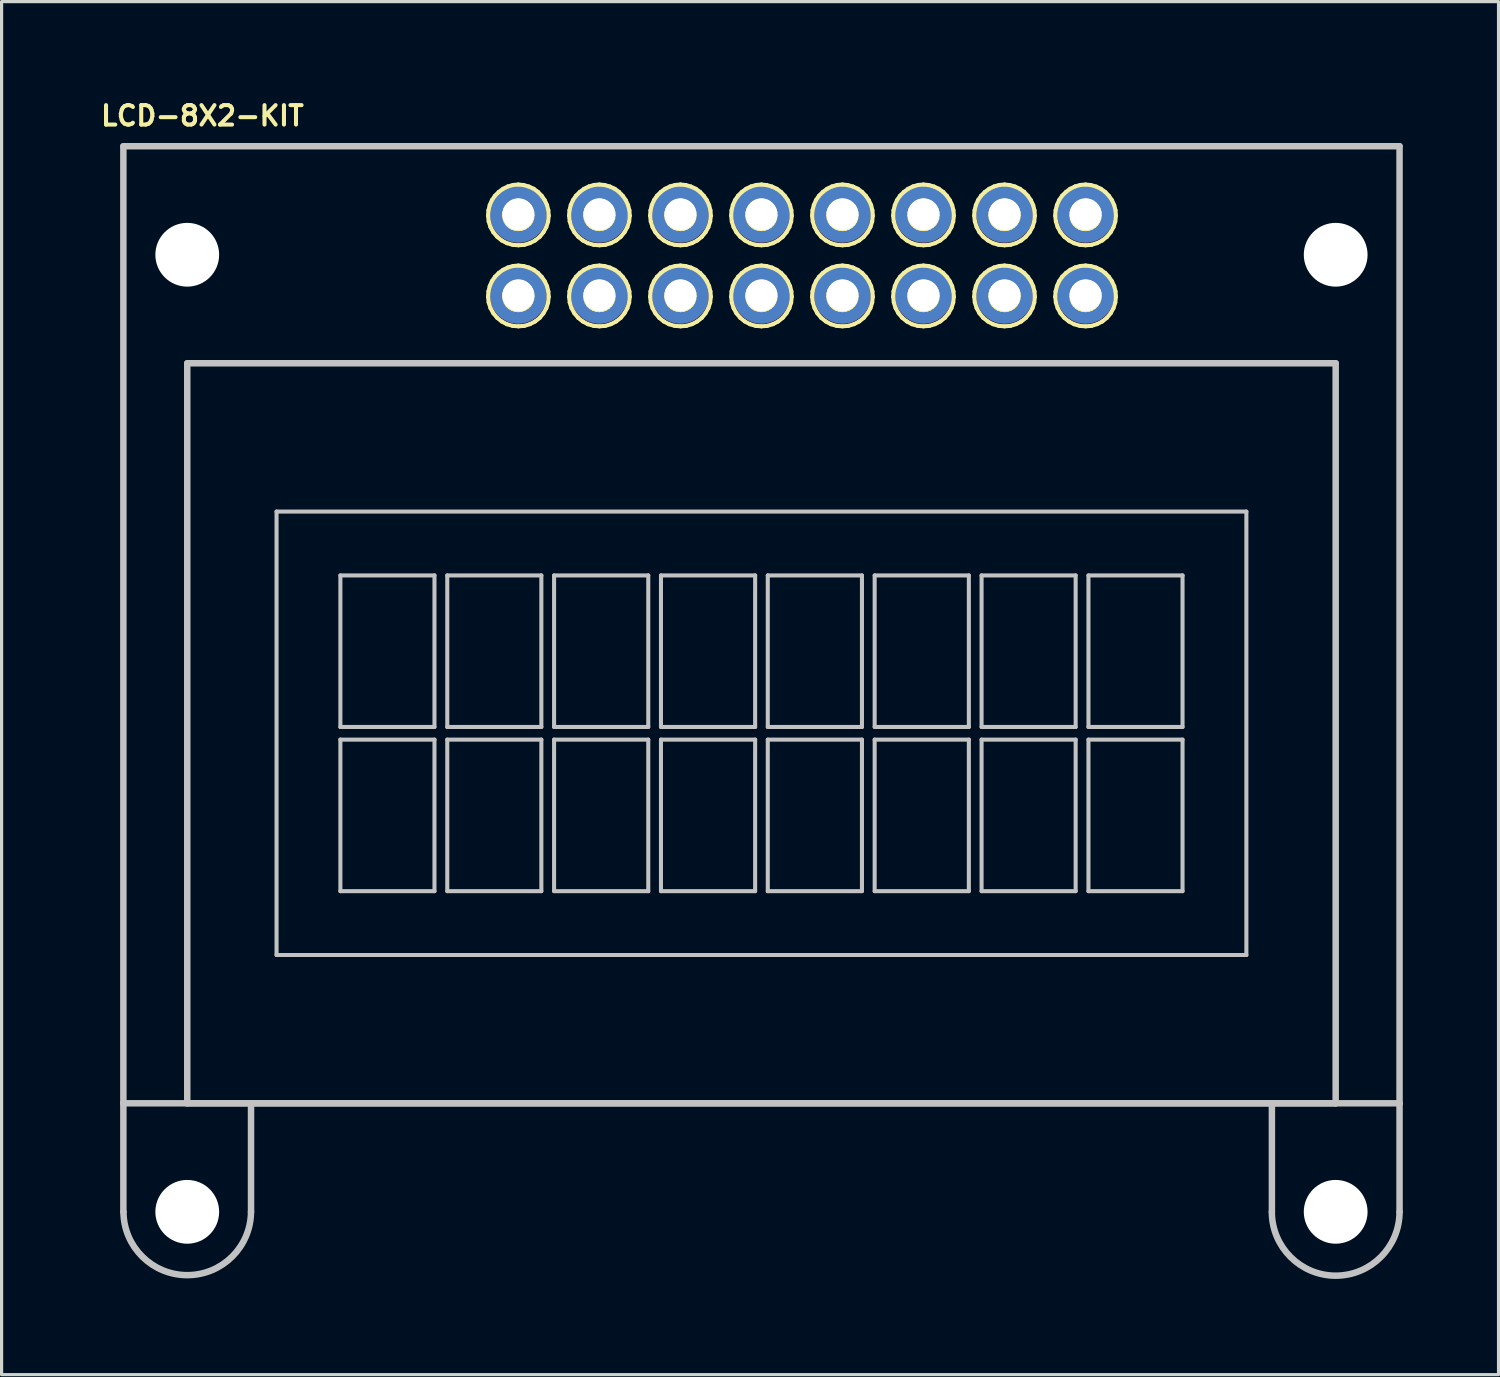
<source format=kicad_pcb>
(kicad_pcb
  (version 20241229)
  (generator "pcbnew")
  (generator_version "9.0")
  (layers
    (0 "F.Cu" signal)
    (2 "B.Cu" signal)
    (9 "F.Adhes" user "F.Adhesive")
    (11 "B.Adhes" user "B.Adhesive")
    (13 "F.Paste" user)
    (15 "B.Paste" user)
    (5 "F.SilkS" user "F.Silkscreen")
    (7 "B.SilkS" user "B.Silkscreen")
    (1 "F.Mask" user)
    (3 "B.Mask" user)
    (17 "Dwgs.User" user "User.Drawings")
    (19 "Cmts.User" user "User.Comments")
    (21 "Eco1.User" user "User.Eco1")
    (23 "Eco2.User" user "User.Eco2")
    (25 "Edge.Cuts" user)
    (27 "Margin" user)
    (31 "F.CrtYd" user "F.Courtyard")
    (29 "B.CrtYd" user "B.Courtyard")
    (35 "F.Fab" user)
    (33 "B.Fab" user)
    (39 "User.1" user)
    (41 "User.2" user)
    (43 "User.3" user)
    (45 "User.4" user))
  (footprint "LCD-8X2-KIT"
    (layer "F.Cu")
    (at 20.817 19.934)
    (property "Reference" "LCD-8X2-KIT" (at -17.523 -19.355 0) (layer "F.SilkS") (effects (font (size 0.61 0.61) (thickness 0.127))))
    (attr exclude_from_pos_files exclude_from_bom)
    (fp_line (start -8.57 -16.226) (end -8.557 -16.393) (stroke (width 0.127) (type solid)) (layer "F.SilkS"))
    (fp_line (start -8.57 -13.686) (end -8.557 -13.853) (stroke (width 0.127) (type solid)) (layer "F.SilkS"))
    (fp_line (start -8.557 -16.393) (end -8.517 -16.556) (stroke (width 0.127) (type solid)) (layer "F.SilkS"))
    (fp_line (start -8.557 -13.853) (end -8.517 -14.016) (stroke (width 0.127) (type solid)) (layer "F.SilkS"))
    (fp_line (start -8.55 -16.043) (end -8.57 -16.226) (stroke (width 0.127) (type solid)) (layer "F.SilkS"))
    (fp_line (start -8.55 -13.503) (end -8.57 -13.686) (stroke (width 0.127) (type solid)) (layer "F.SilkS"))
    (fp_line (start -8.517 -16.556) (end -8.448 -16.711) (stroke (width 0.127) (type solid)) (layer "F.SilkS"))
    (fp_line (start -8.517 -14.016) (end -8.448 -14.171) (stroke (width 0.127) (type solid)) (layer "F.SilkS"))
    (fp_line (start -8.494 -15.867) (end -8.55 -16.043) (stroke (width 0.127) (type solid)) (layer "F.SilkS"))
    (fp_line (start -8.494 -13.327) (end -8.55 -13.503) (stroke (width 0.127) (type solid)) (layer "F.SilkS"))
    (fp_line (start -8.448 -16.711) (end -8.354 -16.848) (stroke (width 0.127) (type solid)) (layer "F.SilkS"))
    (fp_line (start -8.448 -14.171) (end -8.354 -14.308) (stroke (width 0.127) (type solid)) (layer "F.SilkS"))
    (fp_line (start -8.405 -15.705) (end -8.494 -15.867) (stroke (width 0.127) (type solid)) (layer "F.SilkS"))
    (fp_line (start -8.405 -13.165) (end -8.494 -13.327) (stroke (width 0.127) (type solid)) (layer "F.SilkS"))
    (fp_line (start -8.354 -16.848) (end -8.235 -16.967) (stroke (width 0.127) (type solid)) (layer "F.SilkS"))
    (fp_line (start -8.354 -14.308) (end -8.235 -14.427) (stroke (width 0.127) (type solid)) (layer "F.SilkS"))
    (fp_line (start -8.285 -15.563) (end -8.405 -15.705) (stroke (width 0.127) (type solid)) (layer "F.SilkS"))
    (fp_line (start -8.285 -13.023) (end -8.405 -13.165) (stroke (width 0.127) (type solid)) (layer "F.SilkS"))
    (fp_line (start -8.235 -16.967) (end -8.1 -17.066) (stroke (width 0.127) (type solid)) (layer "F.SilkS"))
    (fp_line (start -8.235 -14.427) (end -8.1 -14.526) (stroke (width 0.127) (type solid)) (layer "F.SilkS"))
    (fp_line (start -8.141 -15.448) (end -8.285 -15.563) (stroke (width 0.127) (type solid)) (layer "F.SilkS"))
    (fp_line (start -8.141 -12.908) (end -8.285 -13.023) (stroke (width 0.127) (type solid)) (layer "F.SilkS"))
    (fp_line (start -8.1 -17.066) (end -7.948 -17.14) (stroke (width 0.127) (type solid)) (layer "F.SilkS"))
    (fp_line (start -8.1 -14.526) (end -7.948 -14.6) (stroke (width 0.127) (type solid)) (layer "F.SilkS"))
    (fp_line (start -8.065 -16.228) (end -8.054 -16.33) (stroke (width 0.127) (type solid)) (layer "F.SilkS"))
    (fp_line (start -8.065 -13.688) (end -8.054 -13.79) (stroke (width 0.127) (type solid)) (layer "F.SilkS"))
    (fp_line (start -8.054 -16.33) (end -8.024 -16.426) (stroke (width 0.127) (type solid)) (layer "F.SilkS"))
    (fp_line (start -8.054 -13.79) (end -8.024 -13.886) (stroke (width 0.127) (type solid)) (layer "F.SilkS"))
    (fp_line (start -8.049 -16.132) (end -8.065 -16.228) (stroke (width 0.127) (type solid)) (layer "F.SilkS"))
    (fp_line (start -8.049 -13.592) (end -8.065 -13.688) (stroke (width 0.127) (type solid)) (layer "F.SilkS"))
    (fp_line (start -8.024 -16.426) (end -7.971 -16.515) (stroke (width 0.127) (type solid)) (layer "F.SilkS"))
    (fp_line (start -8.024 -13.886) (end -7.971 -13.975) (stroke (width 0.127) (type solid)) (layer "F.SilkS"))
    (fp_line (start -8.016 -16.04) (end -8.049 -16.132) (stroke (width 0.127) (type solid)) (layer "F.SilkS"))
    (fp_line (start -8.016 -13.5) (end -8.049 -13.592) (stroke (width 0.127) (type solid)) (layer "F.SilkS"))
    (fp_line (start -7.978 -15.362) (end -8.141 -15.448) (stroke (width 0.127) (type solid)) (layer "F.SilkS"))
    (fp_line (start -7.978 -12.822) (end -8.141 -12.908) (stroke (width 0.127) (type solid)) (layer "F.SilkS"))
    (fp_line (start -7.971 -16.515) (end -7.899 -16.589) (stroke (width 0.127) (type solid)) (layer "F.SilkS"))
    (fp_line (start -7.971 -13.975) (end -7.899 -14.049) (stroke (width 0.127) (type solid)) (layer "F.SilkS"))
    (fp_line (start -7.963 -15.959) (end -8.016 -16.04) (stroke (width 0.127) (type solid)) (layer "F.SilkS"))
    (fp_line (start -7.963 -13.419) (end -8.016 -13.5) (stroke (width 0.127) (type solid)) (layer "F.SilkS"))
    (fp_line (start -7.948 -17.14) (end -7.785 -17.186) (stroke (width 0.127) (type solid)) (layer "F.SilkS"))
    (fp_line (start -7.948 -14.6) (end -7.785 -14.646) (stroke (width 0.127) (type solid)) (layer "F.SilkS"))
    (fp_line (start -7.899 -16.589) (end -7.816 -16.645) (stroke (width 0.127) (type solid)) (layer "F.SilkS"))
    (fp_line (start -7.899 -14.049) (end -7.816 -14.105) (stroke (width 0.127) (type solid)) (layer "F.SilkS"))
    (fp_line (start -7.892 -15.893) (end -7.963 -15.959) (stroke (width 0.127) (type solid)) (layer "F.SilkS"))
    (fp_line (start -7.892 -13.353) (end -7.963 -13.419) (stroke (width 0.127) (type solid)) (layer "F.SilkS"))
    (fp_line (start -7.816 -16.645) (end -7.719 -16.683) (stroke (width 0.127) (type solid)) (layer "F.SilkS"))
    (fp_line (start -7.816 -14.105) (end -7.719 -14.143) (stroke (width 0.127) (type solid)) (layer "F.SilkS"))
    (fp_line (start -7.808 -15.842) (end -7.892 -15.893) (stroke (width 0.127) (type solid)) (layer "F.SilkS"))
    (fp_line (start -7.808 -13.302) (end -7.892 -13.353) (stroke (width 0.127) (type solid)) (layer "F.SilkS"))
    (fp_line (start -7.8 -15.311) (end -7.978 -15.362) (stroke (width 0.127) (type solid)) (layer "F.SilkS"))
    (fp_line (start -7.8 -12.771) (end -7.978 -12.822) (stroke (width 0.127) (type solid)) (layer "F.SilkS"))
    (fp_line (start -7.785 -17.186) (end -7.62 -17.201) (stroke (width 0.127) (type solid)) (layer "F.SilkS"))
    (fp_line (start -7.785 -14.646) (end -7.62 -14.661) (stroke (width 0.127) (type solid)) (layer "F.SilkS"))
    (fp_line (start -7.719 -16.683) (end -7.62 -16.695) (stroke (width 0.127) (type solid)) (layer "F.SilkS"))
    (fp_line (start -7.719 -14.143) (end -7.62 -14.155) (stroke (width 0.127) (type solid)) (layer "F.SilkS"))
    (fp_line (start -7.717 -15.814) (end -7.808 -15.842) (stroke (width 0.127) (type solid)) (layer "F.SilkS"))
    (fp_line (start -7.717 -13.274) (end -7.808 -13.302) (stroke (width 0.127) (type solid)) (layer "F.SilkS"))
    (fp_line (start -7.62 -17.201) (end -7.452 -17.183) (stroke (width 0.127) (type solid)) (layer "F.SilkS"))
    (fp_line (start -7.62 -16.695) (end -7.518 -16.683) (stroke (width 0.127) (type solid)) (layer "F.SilkS"))
    (fp_line (start -7.62 -15.804) (end -7.717 -15.814) (stroke (width 0.127) (type solid)) (layer "F.SilkS"))
    (fp_line (start -7.62 -14.661) (end -7.452 -14.643) (stroke (width 0.127) (type solid)) (layer "F.SilkS"))
    (fp_line (start -7.62 -14.155) (end -7.518 -14.143) (stroke (width 0.127) (type solid)) (layer "F.SilkS"))
    (fp_line (start -7.62 -13.264) (end -7.717 -13.274) (stroke (width 0.127) (type solid)) (layer "F.SilkS"))
    (fp_line (start -7.617 -15.296) (end -7.8 -15.311) (stroke (width 0.127) (type solid)) (layer "F.SilkS"))
    (fp_line (start -7.617 -12.756) (end -7.8 -12.771) (stroke (width 0.127) (type solid)) (layer "F.SilkS"))
    (fp_line (start -7.521 -15.814) (end -7.62 -15.804) (stroke (width 0.127) (type solid)) (layer "F.SilkS"))
    (fp_line (start -7.521 -13.274) (end -7.62 -13.264) (stroke (width 0.127) (type solid)) (layer "F.SilkS"))
    (fp_line (start -7.518 -16.683) (end -7.424 -16.647) (stroke (width 0.127) (type solid)) (layer "F.SilkS"))
    (fp_line (start -7.518 -14.143) (end -7.424 -14.107) (stroke (width 0.127) (type solid)) (layer "F.SilkS"))
    (fp_line (start -7.452 -17.183) (end -7.29 -17.137) (stroke (width 0.127) (type solid)) (layer "F.SilkS"))
    (fp_line (start -7.452 -14.643) (end -7.29 -14.597) (stroke (width 0.127) (type solid)) (layer "F.SilkS"))
    (fp_line (start -7.432 -15.311) (end -7.617 -15.296) (stroke (width 0.127) (type solid)) (layer "F.SilkS"))
    (fp_line (start -7.432 -12.771) (end -7.617 -12.756) (stroke (width 0.127) (type solid)) (layer "F.SilkS"))
    (fp_line (start -7.429 -15.847) (end -7.521 -15.814) (stroke (width 0.127) (type solid)) (layer "F.SilkS"))
    (fp_line (start -7.429 -13.307) (end -7.521 -13.274) (stroke (width 0.127) (type solid)) (layer "F.SilkS"))
    (fp_line (start -7.424 -16.647) (end -7.341 -16.594) (stroke (width 0.127) (type solid)) (layer "F.SilkS"))
    (fp_line (start -7.424 -14.107) (end -7.341 -14.054) (stroke (width 0.127) (type solid)) (layer "F.SilkS"))
    (fp_line (start -7.346 -15.898) (end -7.429 -15.847) (stroke (width 0.127) (type solid)) (layer "F.SilkS"))
    (fp_line (start -7.346 -13.358) (end -7.429 -13.307) (stroke (width 0.127) (type solid)) (layer "F.SilkS"))
    (fp_line (start -7.341 -16.594) (end -7.269 -16.52) (stroke (width 0.127) (type solid)) (layer "F.SilkS"))
    (fp_line (start -7.341 -14.054) (end -7.269 -13.98) (stroke (width 0.127) (type solid)) (layer "F.SilkS"))
    (fp_line (start -7.29 -17.137) (end -7.137 -17.066) (stroke (width 0.127) (type solid)) (layer "F.SilkS"))
    (fp_line (start -7.29 -14.597) (end -7.137 -14.526) (stroke (width 0.127) (type solid)) (layer "F.SilkS"))
    (fp_line (start -7.275 -15.966) (end -7.346 -15.898) (stroke (width 0.127) (type solid)) (layer "F.SilkS"))
    (fp_line (start -7.275 -13.426) (end -7.346 -13.358) (stroke (width 0.127) (type solid)) (layer "F.SilkS"))
    (fp_line (start -7.269 -16.52) (end -7.219 -16.434) (stroke (width 0.127) (type solid)) (layer "F.SilkS"))
    (fp_line (start -7.269 -13.98) (end -7.219 -13.894) (stroke (width 0.127) (type solid)) (layer "F.SilkS"))
    (fp_line (start -7.257 -15.364) (end -7.432 -15.311) (stroke (width 0.127) (type solid)) (layer "F.SilkS"))
    (fp_line (start -7.257 -12.824) (end -7.432 -12.771) (stroke (width 0.127) (type solid)) (layer "F.SilkS"))
    (fp_line (start -7.221 -16.048) (end -7.275 -15.966) (stroke (width 0.127) (type solid)) (layer "F.SilkS"))
    (fp_line (start -7.221 -13.508) (end -7.275 -13.426) (stroke (width 0.127) (type solid)) (layer "F.SilkS"))
    (fp_line (start -7.219 -16.434) (end -7.186 -16.34) (stroke (width 0.127) (type solid)) (layer "F.SilkS"))
    (fp_line (start -7.219 -13.894) (end -7.186 -13.8) (stroke (width 0.127) (type solid)) (layer "F.SilkS"))
    (fp_line (start -7.188 -16.142) (end -7.221 -16.048) (stroke (width 0.127) (type solid)) (layer "F.SilkS"))
    (fp_line (start -7.188 -13.602) (end -7.221 -13.508) (stroke (width 0.127) (type solid)) (layer "F.SilkS"))
    (fp_line (start -7.186 -16.34) (end -7.178 -16.238) (stroke (width 0.127) (type solid)) (layer "F.SilkS"))
    (fp_line (start -7.186 -13.8) (end -7.178 -13.698) (stroke (width 0.127) (type solid)) (layer "F.SilkS"))
    (fp_line (start -7.178 -16.238) (end -7.188 -16.142) (stroke (width 0.127) (type solid)) (layer "F.SilkS"))
    (fp_line (start -7.178 -13.698) (end -7.188 -13.602) (stroke (width 0.127) (type solid)) (layer "F.SilkS"))
    (fp_line (start -7.137 -17.066) (end -7.003 -16.967) (stroke (width 0.127) (type solid)) (layer "F.SilkS"))
    (fp_line (start -7.137 -14.526) (end -7.003 -14.427) (stroke (width 0.127) (type solid)) (layer "F.SilkS"))
    (fp_line (start -7.094 -15.448) (end -7.257 -15.364) (stroke (width 0.127) (type solid)) (layer "F.SilkS"))
    (fp_line (start -7.094 -12.908) (end -7.257 -12.824) (stroke (width 0.127) (type solid)) (layer "F.SilkS"))
    (fp_line (start -7.003 -16.967) (end -6.886 -16.845) (stroke (width 0.127) (type solid)) (layer "F.SilkS"))
    (fp_line (start -7.003 -14.427) (end -6.886 -14.305) (stroke (width 0.127) (type solid)) (layer "F.SilkS"))
    (fp_line (start -6.949 -15.563) (end -7.094 -15.448) (stroke (width 0.127) (type solid)) (layer "F.SilkS"))
    (fp_line (start -6.949 -13.023) (end -7.094 -12.908) (stroke (width 0.127) (type solid)) (layer "F.SilkS"))
    (fp_line (start -6.886 -16.845) (end -6.792 -16.708) (stroke (width 0.127) (type solid)) (layer "F.SilkS"))
    (fp_line (start -6.886 -14.305) (end -6.792 -14.168) (stroke (width 0.127) (type solid)) (layer "F.SilkS"))
    (fp_line (start -6.833 -15.705) (end -6.949 -15.563) (stroke (width 0.127) (type solid)) (layer "F.SilkS"))
    (fp_line (start -6.833 -13.165) (end -6.949 -13.023) (stroke (width 0.127) (type solid)) (layer "F.SilkS"))
    (fp_line (start -6.792 -16.708) (end -6.721 -16.553) (stroke (width 0.127) (type solid)) (layer "F.SilkS"))
    (fp_line (start -6.792 -14.168) (end -6.721 -14.013) (stroke (width 0.127) (type solid)) (layer "F.SilkS"))
    (fp_line (start -6.744 -15.865) (end -6.833 -15.705) (stroke (width 0.127) (type solid)) (layer "F.SilkS"))
    (fp_line (start -6.744 -13.325) (end -6.833 -13.165) (stroke (width 0.127) (type solid)) (layer "F.SilkS"))
    (fp_line (start -6.721 -16.553) (end -6.68 -16.391) (stroke (width 0.127) (type solid)) (layer "F.SilkS"))
    (fp_line (start -6.721 -14.013) (end -6.68 -13.851) (stroke (width 0.127) (type solid)) (layer "F.SilkS"))
    (fp_line (start -6.688 -16.04) (end -6.744 -15.865) (stroke (width 0.127) (type solid)) (layer "F.SilkS"))
    (fp_line (start -6.688 -13.5) (end -6.744 -13.325) (stroke (width 0.127) (type solid)) (layer "F.SilkS"))
    (fp_line (start -6.68 -16.391) (end -6.668 -16.223) (stroke (width 0.127) (type solid)) (layer "F.SilkS"))
    (fp_line (start -6.68 -13.851) (end -6.668 -13.683) (stroke (width 0.127) (type solid)) (layer "F.SilkS"))
    (fp_line (start -6.668 -16.223) (end -6.688 -16.04) (stroke (width 0.127) (type solid)) (layer "F.SilkS"))
    (fp_line (start -6.668 -13.683) (end -6.688 -13.5) (stroke (width 0.127) (type solid)) (layer "F.SilkS"))
    (fp_line (start -6.03 -16.226) (end -6.017 -16.393) (stroke (width 0.127) (type solid)) (layer "F.SilkS"))
    (fp_line (start -6.03 -13.686) (end -6.017 -13.853) (stroke (width 0.127) (type solid)) (layer "F.SilkS"))
    (fp_line (start -6.017 -16.393) (end -5.977 -16.556) (stroke (width 0.127) (type solid)) (layer "F.SilkS"))
    (fp_line (start -6.017 -13.853) (end -5.977 -14.016) (stroke (width 0.127) (type solid)) (layer "F.SilkS"))
    (fp_line (start -6.01 -16.043) (end -6.03 -16.226) (stroke (width 0.127) (type solid)) (layer "F.SilkS"))
    (fp_line (start -6.01 -13.503) (end -6.03 -13.686) (stroke (width 0.127) (type solid)) (layer "F.SilkS"))
    (fp_line (start -5.977 -16.556) (end -5.908 -16.711) (stroke (width 0.127) (type solid)) (layer "F.SilkS"))
    (fp_line (start -5.977 -14.016) (end -5.908 -14.171) (stroke (width 0.127) (type solid)) (layer "F.SilkS"))
    (fp_line (start -5.954 -15.867) (end -6.01 -16.043) (stroke (width 0.127) (type solid)) (layer "F.SilkS"))
    (fp_line (start -5.954 -13.327) (end -6.01 -13.503) (stroke (width 0.127) (type solid)) (layer "F.SilkS"))
    (fp_line (start -5.908 -16.711) (end -5.814 -16.848) (stroke (width 0.127) (type solid)) (layer "F.SilkS"))
    (fp_line (start -5.908 -14.171) (end -5.814 -14.308) (stroke (width 0.127) (type solid)) (layer "F.SilkS"))
    (fp_line (start -5.865 -15.705) (end -5.954 -15.867) (stroke (width 0.127) (type solid)) (layer "F.SilkS"))
    (fp_line (start -5.865 -13.165) (end -5.954 -13.327) (stroke (width 0.127) (type solid)) (layer "F.SilkS"))
    (fp_line (start -5.814 -16.848) (end -5.695 -16.967) (stroke (width 0.127) (type solid)) (layer "F.SilkS"))
    (fp_line (start -5.814 -14.308) (end -5.695 -14.427) (stroke (width 0.127) (type solid)) (layer "F.SilkS"))
    (fp_line (start -5.745 -15.563) (end -5.865 -15.705) (stroke (width 0.127) (type solid)) (layer "F.SilkS"))
    (fp_line (start -5.745 -13.023) (end -5.865 -13.165) (stroke (width 0.127) (type solid)) (layer "F.SilkS"))
    (fp_line (start -5.695 -16.967) (end -5.56 -17.066) (stroke (width 0.127) (type solid)) (layer "F.SilkS"))
    (fp_line (start -5.695 -14.427) (end -5.56 -14.526) (stroke (width 0.127) (type solid)) (layer "F.SilkS"))
    (fp_line (start -5.601 -15.448) (end -5.745 -15.563) (stroke (width 0.127) (type solid)) (layer "F.SilkS"))
    (fp_line (start -5.601 -12.908) (end -5.745 -13.023) (stroke (width 0.127) (type solid)) (layer "F.SilkS"))
    (fp_line (start -5.56 -17.066) (end -5.408 -17.14) (stroke (width 0.127) (type solid)) (layer "F.SilkS"))
    (fp_line (start -5.56 -14.526) (end -5.408 -14.6) (stroke (width 0.127) (type solid)) (layer "F.SilkS"))
    (fp_line (start -5.524 -16.228) (end -5.514 -16.33) (stroke (width 0.127) (type solid)) (layer "F.SilkS"))
    (fp_line (start -5.524 -13.688) (end -5.514 -13.79) (stroke (width 0.127) (type solid)) (layer "F.SilkS"))
    (fp_line (start -5.514 -16.33) (end -5.484 -16.426) (stroke (width 0.127) (type solid)) (layer "F.SilkS"))
    (fp_line (start -5.514 -13.79) (end -5.484 -13.886) (stroke (width 0.127) (type solid)) (layer "F.SilkS"))
    (fp_line (start -5.509 -16.132) (end -5.524 -16.228) (stroke (width 0.127) (type solid)) (layer "F.SilkS"))
    (fp_line (start -5.509 -13.592) (end -5.524 -13.688) (stroke (width 0.127) (type solid)) (layer "F.SilkS"))
    (fp_line (start -5.484 -16.426) (end -5.431 -16.515) (stroke (width 0.127) (type solid)) (layer "F.SilkS"))
    (fp_line (start -5.484 -13.886) (end -5.431 -13.975) (stroke (width 0.127) (type solid)) (layer "F.SilkS"))
    (fp_line (start -5.476 -16.04) (end -5.509 -16.132) (stroke (width 0.127) (type solid)) (layer "F.SilkS"))
    (fp_line (start -5.476 -13.5) (end -5.509 -13.592) (stroke (width 0.127) (type solid)) (layer "F.SilkS"))
    (fp_line (start -5.438 -15.362) (end -5.601 -15.448) (stroke (width 0.127) (type solid)) (layer "F.SilkS"))
    (fp_line (start -5.438 -12.822) (end -5.601 -12.908) (stroke (width 0.127) (type solid)) (layer "F.SilkS"))
    (fp_line (start -5.431 -16.515) (end -5.359 -16.589) (stroke (width 0.127) (type solid)) (layer "F.SilkS"))
    (fp_line (start -5.431 -13.975) (end -5.359 -14.049) (stroke (width 0.127) (type solid)) (layer "F.SilkS"))
    (fp_line (start -5.423 -15.959) (end -5.476 -16.04) (stroke (width 0.127) (type solid)) (layer "F.SilkS"))
    (fp_line (start -5.423 -13.419) (end -5.476 -13.5) (stroke (width 0.127) (type solid)) (layer "F.SilkS"))
    (fp_line (start -5.408 -17.14) (end -5.245 -17.186) (stroke (width 0.127) (type solid)) (layer "F.SilkS"))
    (fp_line (start -5.408 -14.6) (end -5.245 -14.646) (stroke (width 0.127) (type solid)) (layer "F.SilkS"))
    (fp_line (start -5.359 -16.589) (end -5.276 -16.645) (stroke (width 0.127) (type solid)) (layer "F.SilkS"))
    (fp_line (start -5.359 -14.049) (end -5.276 -14.105) (stroke (width 0.127) (type solid)) (layer "F.SilkS"))
    (fp_line (start -5.352 -15.893) (end -5.423 -15.959) (stroke (width 0.127) (type solid)) (layer "F.SilkS"))
    (fp_line (start -5.352 -13.353) (end -5.423 -13.419) (stroke (width 0.127) (type solid)) (layer "F.SilkS"))
    (fp_line (start -5.276 -16.645) (end -5.179 -16.683) (stroke (width 0.127) (type solid)) (layer "F.SilkS"))
    (fp_line (start -5.276 -14.105) (end -5.179 -14.143) (stroke (width 0.127) (type solid)) (layer "F.SilkS"))
    (fp_line (start -5.268 -15.842) (end -5.352 -15.893) (stroke (width 0.127) (type solid)) (layer "F.SilkS"))
    (fp_line (start -5.268 -13.302) (end -5.352 -13.353) (stroke (width 0.127) (type solid)) (layer "F.SilkS"))
    (fp_line (start -5.26 -15.311) (end -5.438 -15.362) (stroke (width 0.127) (type solid)) (layer "F.SilkS"))
    (fp_line (start -5.26 -12.771) (end -5.438 -12.822) (stroke (width 0.127) (type solid)) (layer "F.SilkS"))
    (fp_line (start -5.245 -17.186) (end -5.08 -17.201) (stroke (width 0.127) (type solid)) (layer "F.SilkS"))
    (fp_line (start -5.245 -14.646) (end -5.08 -14.661) (stroke (width 0.127) (type solid)) (layer "F.SilkS"))
    (fp_line (start -5.179 -16.683) (end -5.08 -16.695) (stroke (width 0.127) (type solid)) (layer "F.SilkS"))
    (fp_line (start -5.179 -14.143) (end -5.08 -14.155) (stroke (width 0.127) (type solid)) (layer "F.SilkS"))
    (fp_line (start -5.177 -15.814) (end -5.268 -15.842) (stroke (width 0.127) (type solid)) (layer "F.SilkS"))
    (fp_line (start -5.177 -13.274) (end -5.268 -13.302) (stroke (width 0.127) (type solid)) (layer "F.SilkS"))
    (fp_line (start -5.08 -17.201) (end -4.912 -17.183) (stroke (width 0.127) (type solid)) (layer "F.SilkS"))
    (fp_line (start -5.08 -16.695) (end -4.978 -16.683) (stroke (width 0.127) (type solid)) (layer "F.SilkS"))
    (fp_line (start -5.08 -15.804) (end -5.177 -15.814) (stroke (width 0.127) (type solid)) (layer "F.SilkS"))
    (fp_line (start -5.08 -14.661) (end -4.912 -14.643) (stroke (width 0.127) (type solid)) (layer "F.SilkS"))
    (fp_line (start -5.08 -14.155) (end -4.978 -14.143) (stroke (width 0.127) (type solid)) (layer "F.SilkS"))
    (fp_line (start -5.08 -13.264) (end -5.177 -13.274) (stroke (width 0.127) (type solid)) (layer "F.SilkS"))
    (fp_line (start -5.077 -15.296) (end -5.26 -15.311) (stroke (width 0.127) (type solid)) (layer "F.SilkS"))
    (fp_line (start -5.077 -12.756) (end -5.26 -12.771) (stroke (width 0.127) (type solid)) (layer "F.SilkS"))
    (fp_line (start -4.981 -15.814) (end -5.08 -15.804) (stroke (width 0.127) (type solid)) (layer "F.SilkS"))
    (fp_line (start -4.981 -13.274) (end -5.08 -13.264) (stroke (width 0.127) (type solid)) (layer "F.SilkS"))
    (fp_line (start -4.978 -16.683) (end -4.884 -16.647) (stroke (width 0.127) (type solid)) (layer "F.SilkS"))
    (fp_line (start -4.978 -14.143) (end -4.884 -14.107) (stroke (width 0.127) (type solid)) (layer "F.SilkS"))
    (fp_line (start -4.912 -17.183) (end -4.75 -17.137) (stroke (width 0.127) (type solid)) (layer "F.SilkS"))
    (fp_line (start -4.912 -14.643) (end -4.75 -14.597) (stroke (width 0.127) (type solid)) (layer "F.SilkS"))
    (fp_line (start -4.892 -15.311) (end -5.077 -15.296) (stroke (width 0.127) (type solid)) (layer "F.SilkS"))
    (fp_line (start -4.892 -12.771) (end -5.077 -12.756) (stroke (width 0.127) (type solid)) (layer "F.SilkS"))
    (fp_line (start -4.889 -15.847) (end -4.981 -15.814) (stroke (width 0.127) (type solid)) (layer "F.SilkS"))
    (fp_line (start -4.889 -13.307) (end -4.981 -13.274) (stroke (width 0.127) (type solid)) (layer "F.SilkS"))
    (fp_line (start -4.884 -16.647) (end -4.801 -16.594) (stroke (width 0.127) (type solid)) (layer "F.SilkS"))
    (fp_line (start -4.884 -14.107) (end -4.801 -14.054) (stroke (width 0.127) (type solid)) (layer "F.SilkS"))
    (fp_line (start -4.806 -15.898) (end -4.889 -15.847) (stroke (width 0.127) (type solid)) (layer "F.SilkS"))
    (fp_line (start -4.806 -13.358) (end -4.889 -13.307) (stroke (width 0.127) (type solid)) (layer "F.SilkS"))
    (fp_line (start -4.801 -16.594) (end -4.729 -16.52) (stroke (width 0.127) (type solid)) (layer "F.SilkS"))
    (fp_line (start -4.801 -14.054) (end -4.729 -13.98) (stroke (width 0.127) (type solid)) (layer "F.SilkS"))
    (fp_line (start -4.75 -17.137) (end -4.597 -17.066) (stroke (width 0.127) (type solid)) (layer "F.SilkS"))
    (fp_line (start -4.75 -14.597) (end -4.597 -14.526) (stroke (width 0.127) (type solid)) (layer "F.SilkS"))
    (fp_line (start -4.735 -15.966) (end -4.806 -15.898) (stroke (width 0.127) (type solid)) (layer "F.SilkS"))
    (fp_line (start -4.735 -13.426) (end -4.806 -13.358) (stroke (width 0.127) (type solid)) (layer "F.SilkS"))
    (fp_line (start -4.729 -16.52) (end -4.679 -16.434) (stroke (width 0.127) (type solid)) (layer "F.SilkS"))
    (fp_line (start -4.729 -13.98) (end -4.679 -13.894) (stroke (width 0.127) (type solid)) (layer "F.SilkS"))
    (fp_line (start -4.717 -15.364) (end -4.892 -15.311) (stroke (width 0.127) (type solid)) (layer "F.SilkS"))
    (fp_line (start -4.717 -12.824) (end -4.892 -12.771) (stroke (width 0.127) (type solid)) (layer "F.SilkS"))
    (fp_line (start -4.681 -16.048) (end -4.735 -15.966) (stroke (width 0.127) (type solid)) (layer "F.SilkS"))
    (fp_line (start -4.681 -13.508) (end -4.735 -13.426) (stroke (width 0.127) (type solid)) (layer "F.SilkS"))
    (fp_line (start -4.679 -16.434) (end -4.646 -16.34) (stroke (width 0.127) (type solid)) (layer "F.SilkS"))
    (fp_line (start -4.679 -13.894) (end -4.646 -13.8) (stroke (width 0.127) (type solid)) (layer "F.SilkS"))
    (fp_line (start -4.648 -16.142) (end -4.681 -16.048) (stroke (width 0.127) (type solid)) (layer "F.SilkS"))
    (fp_line (start -4.648 -13.602) (end -4.681 -13.508) (stroke (width 0.127) (type solid)) (layer "F.SilkS"))
    (fp_line (start -4.646 -16.34) (end -4.638 -16.238) (stroke (width 0.127) (type solid)) (layer "F.SilkS"))
    (fp_line (start -4.646 -13.8) (end -4.638 -13.698) (stroke (width 0.127) (type solid)) (layer "F.SilkS"))
    (fp_line (start -4.638 -16.238) (end -4.648 -16.142) (stroke (width 0.127) (type solid)) (layer "F.SilkS"))
    (fp_line (start -4.638 -13.698) (end -4.648 -13.602) (stroke (width 0.127) (type solid)) (layer "F.SilkS"))
    (fp_line (start -4.597 -17.066) (end -4.463 -16.967) (stroke (width 0.127) (type solid)) (layer "F.SilkS"))
    (fp_line (start -4.597 -14.526) (end -4.463 -14.427) (stroke (width 0.127) (type solid)) (layer "F.SilkS"))
    (fp_line (start -4.554 -15.448) (end -4.717 -15.364) (stroke (width 0.127) (type solid)) (layer "F.SilkS"))
    (fp_line (start -4.554 -12.908) (end -4.717 -12.824) (stroke (width 0.127) (type solid)) (layer "F.SilkS"))
    (fp_line (start -4.463 -16.967) (end -4.346 -16.845) (stroke (width 0.127) (type solid)) (layer "F.SilkS"))
    (fp_line (start -4.463 -14.427) (end -4.346 -14.305) (stroke (width 0.127) (type solid)) (layer "F.SilkS"))
    (fp_line (start -4.409 -15.563) (end -4.554 -15.448) (stroke (width 0.127) (type solid)) (layer "F.SilkS"))
    (fp_line (start -4.409 -13.023) (end -4.554 -12.908) (stroke (width 0.127) (type solid)) (layer "F.SilkS"))
    (fp_line (start -4.346 -16.845) (end -4.252 -16.708) (stroke (width 0.127) (type solid)) (layer "F.SilkS"))
    (fp_line (start -4.346 -14.305) (end -4.252 -14.168) (stroke (width 0.127) (type solid)) (layer "F.SilkS"))
    (fp_line (start -4.293 -15.705) (end -4.409 -15.563) (stroke (width 0.127) (type solid)) (layer "F.SilkS"))
    (fp_line (start -4.293 -13.165) (end -4.409 -13.023) (stroke (width 0.127) (type solid)) (layer "F.SilkS"))
    (fp_line (start -4.252 -16.708) (end -4.181 -16.553) (stroke (width 0.127) (type solid)) (layer "F.SilkS"))
    (fp_line (start -4.252 -14.168) (end -4.181 -14.013) (stroke (width 0.127) (type solid)) (layer "F.SilkS"))
    (fp_line (start -4.204 -15.865) (end -4.293 -15.705) (stroke (width 0.127) (type solid)) (layer "F.SilkS"))
    (fp_line (start -4.204 -13.325) (end -4.293 -13.165) (stroke (width 0.127) (type solid)) (layer "F.SilkS"))
    (fp_line (start -4.181 -16.553) (end -4.14 -16.391) (stroke (width 0.127) (type solid)) (layer "F.SilkS"))
    (fp_line (start -4.181 -14.013) (end -4.14 -13.851) (stroke (width 0.127) (type solid)) (layer "F.SilkS"))
    (fp_line (start -4.148 -16.04) (end -4.204 -15.865) (stroke (width 0.127) (type solid)) (layer "F.SilkS"))
    (fp_line (start -4.148 -13.5) (end -4.204 -13.325) (stroke (width 0.127) (type solid)) (layer "F.SilkS"))
    (fp_line (start -4.14 -16.391) (end -4.128 -16.223) (stroke (width 0.127) (type solid)) (layer "F.SilkS"))
    (fp_line (start -4.14 -13.851) (end -4.128 -13.683) (stroke (width 0.127) (type solid)) (layer "F.SilkS"))
    (fp_line (start -4.128 -16.223) (end -4.148 -16.04) (stroke (width 0.127) (type solid)) (layer "F.SilkS"))
    (fp_line (start -4.128 -13.683) (end -4.148 -13.5) (stroke (width 0.127) (type solid)) (layer "F.SilkS"))
    (fp_line (start -3.49 -16.226) (end -3.477 -16.393) (stroke (width 0.127) (type solid)) (layer "F.SilkS"))
    (fp_line (start -3.49 -13.686) (end -3.477 -13.853) (stroke (width 0.127) (type solid)) (layer "F.SilkS"))
    (fp_line (start -3.477 -16.393) (end -3.437 -16.556) (stroke (width 0.127) (type solid)) (layer "F.SilkS"))
    (fp_line (start -3.477 -13.853) (end -3.437 -14.016) (stroke (width 0.127) (type solid)) (layer "F.SilkS"))
    (fp_line (start -3.47 -16.043) (end -3.49 -16.226) (stroke (width 0.127) (type solid)) (layer "F.SilkS"))
    (fp_line (start -3.47 -13.503) (end -3.49 -13.686) (stroke (width 0.127) (type solid)) (layer "F.SilkS"))
    (fp_line (start -3.437 -16.556) (end -3.368 -16.711) (stroke (width 0.127) (type solid)) (layer "F.SilkS"))
    (fp_line (start -3.437 -14.016) (end -3.368 -14.171) (stroke (width 0.127) (type solid)) (layer "F.SilkS"))
    (fp_line (start -3.414 -15.867) (end -3.47 -16.043) (stroke (width 0.127) (type solid)) (layer "F.SilkS"))
    (fp_line (start -3.414 -13.327) (end -3.47 -13.503) (stroke (width 0.127) (type solid)) (layer "F.SilkS"))
    (fp_line (start -3.368 -16.711) (end -3.274 -16.848) (stroke (width 0.127) (type solid)) (layer "F.SilkS"))
    (fp_line (start -3.368 -14.171) (end -3.274 -14.308) (stroke (width 0.127) (type solid)) (layer "F.SilkS"))
    (fp_line (start -3.325 -15.705) (end -3.414 -15.867) (stroke (width 0.127) (type solid)) (layer "F.SilkS"))
    (fp_line (start -3.325 -13.165) (end -3.414 -13.327) (stroke (width 0.127) (type solid)) (layer "F.SilkS"))
    (fp_line (start -3.274 -16.848) (end -3.155 -16.967) (stroke (width 0.127) (type solid)) (layer "F.SilkS"))
    (fp_line (start -3.274 -14.308) (end -3.155 -14.427) (stroke (width 0.127) (type solid)) (layer "F.SilkS"))
    (fp_line (start -3.205 -15.563) (end -3.325 -15.705) (stroke (width 0.127) (type solid)) (layer "F.SilkS"))
    (fp_line (start -3.205 -13.023) (end -3.325 -13.165) (stroke (width 0.127) (type solid)) (layer "F.SilkS"))
    (fp_line (start -3.155 -16.967) (end -3.02 -17.066) (stroke (width 0.127) (type solid)) (layer "F.SilkS"))
    (fp_line (start -3.155 -14.427) (end -3.02 -14.526) (stroke (width 0.127) (type solid)) (layer "F.SilkS"))
    (fp_line (start -3.061 -15.448) (end -3.205 -15.563) (stroke (width 0.127) (type solid)) (layer "F.SilkS"))
    (fp_line (start -3.061 -12.908) (end -3.205 -13.023) (stroke (width 0.127) (type solid)) (layer "F.SilkS"))
    (fp_line (start -3.02 -17.066) (end -2.868 -17.14) (stroke (width 0.127) (type solid)) (layer "F.SilkS"))
    (fp_line (start -3.02 -14.526) (end -2.868 -14.6) (stroke (width 0.127) (type solid)) (layer "F.SilkS"))
    (fp_line (start -2.985 -16.228) (end -2.974 -16.33) (stroke (width 0.127) (type solid)) (layer "F.SilkS"))
    (fp_line (start -2.985 -13.688) (end -2.974 -13.79) (stroke (width 0.127) (type solid)) (layer "F.SilkS"))
    (fp_line (start -2.974 -16.33) (end -2.944 -16.426) (stroke (width 0.127) (type solid)) (layer "F.SilkS"))
    (fp_line (start -2.974 -13.79) (end -2.944 -13.886) (stroke (width 0.127) (type solid)) (layer "F.SilkS"))
    (fp_line (start -2.969 -16.132) (end -2.985 -16.228) (stroke (width 0.127) (type solid)) (layer "F.SilkS"))
    (fp_line (start -2.969 -13.592) (end -2.985 -13.688) (stroke (width 0.127) (type solid)) (layer "F.SilkS"))
    (fp_line (start -2.944 -16.426) (end -2.891 -16.515) (stroke (width 0.127) (type solid)) (layer "F.SilkS"))
    (fp_line (start -2.944 -13.886) (end -2.891 -13.975) (stroke (width 0.127) (type solid)) (layer "F.SilkS"))
    (fp_line (start -2.936 -16.04) (end -2.969 -16.132) (stroke (width 0.127) (type solid)) (layer "F.SilkS"))
    (fp_line (start -2.936 -13.5) (end -2.969 -13.592) (stroke (width 0.127) (type solid)) (layer "F.SilkS"))
    (fp_line (start -2.898 -15.362) (end -3.061 -15.448) (stroke (width 0.127) (type solid)) (layer "F.SilkS"))
    (fp_line (start -2.898 -12.822) (end -3.061 -12.908) (stroke (width 0.127) (type solid)) (layer "F.SilkS"))
    (fp_line (start -2.891 -16.515) (end -2.819 -16.589) (stroke (width 0.127) (type solid)) (layer "F.SilkS"))
    (fp_line (start -2.891 -13.975) (end -2.819 -14.049) (stroke (width 0.127) (type solid)) (layer "F.SilkS"))
    (fp_line (start -2.883 -15.959) (end -2.936 -16.04) (stroke (width 0.127) (type solid)) (layer "F.SilkS"))
    (fp_line (start -2.883 -13.419) (end -2.936 -13.5) (stroke (width 0.127) (type solid)) (layer "F.SilkS"))
    (fp_line (start -2.868 -17.14) (end -2.705 -17.186) (stroke (width 0.127) (type solid)) (layer "F.SilkS"))
    (fp_line (start -2.868 -14.6) (end -2.705 -14.646) (stroke (width 0.127) (type solid)) (layer "F.SilkS"))
    (fp_line (start -2.819 -16.589) (end -2.736 -16.645) (stroke (width 0.127) (type solid)) (layer "F.SilkS"))
    (fp_line (start -2.819 -14.049) (end -2.736 -14.105) (stroke (width 0.127) (type solid)) (layer "F.SilkS"))
    (fp_line (start -2.812 -15.893) (end -2.883 -15.959) (stroke (width 0.127) (type solid)) (layer "F.SilkS"))
    (fp_line (start -2.812 -13.353) (end -2.883 -13.419) (stroke (width 0.127) (type solid)) (layer "F.SilkS"))
    (fp_line (start -2.736 -16.645) (end -2.639 -16.683) (stroke (width 0.127) (type solid)) (layer "F.SilkS"))
    (fp_line (start -2.736 -14.105) (end -2.639 -14.143) (stroke (width 0.127) (type solid)) (layer "F.SilkS"))
    (fp_line (start -2.728 -15.842) (end -2.812 -15.893) (stroke (width 0.127) (type solid)) (layer "F.SilkS"))
    (fp_line (start -2.728 -13.302) (end -2.812 -13.353) (stroke (width 0.127) (type solid)) (layer "F.SilkS"))
    (fp_line (start -2.72 -15.311) (end -2.898 -15.362) (stroke (width 0.127) (type solid)) (layer "F.SilkS"))
    (fp_line (start -2.72 -12.771) (end -2.898 -12.822) (stroke (width 0.127) (type solid)) (layer "F.SilkS"))
    (fp_line (start -2.705 -17.186) (end -2.54 -17.201) (stroke (width 0.127) (type solid)) (layer "F.SilkS"))
    (fp_line (start -2.705 -14.646) (end -2.54 -14.661) (stroke (width 0.127) (type solid)) (layer "F.SilkS"))
    (fp_line (start -2.639 -16.683) (end -2.54 -16.695) (stroke (width 0.127) (type solid)) (layer "F.SilkS"))
    (fp_line (start -2.639 -14.143) (end -2.54 -14.155) (stroke (width 0.127) (type solid)) (layer "F.SilkS"))
    (fp_line (start -2.637 -15.814) (end -2.728 -15.842) (stroke (width 0.127) (type solid)) (layer "F.SilkS"))
    (fp_line (start -2.637 -13.274) (end -2.728 -13.302) (stroke (width 0.127) (type solid)) (layer "F.SilkS"))
    (fp_line (start -2.54 -17.201) (end -2.372 -17.183) (stroke (width 0.127) (type solid)) (layer "F.SilkS"))
    (fp_line (start -2.54 -16.695) (end -2.438 -16.683) (stroke (width 0.127) (type solid)) (layer "F.SilkS"))
    (fp_line (start -2.54 -15.804) (end -2.637 -15.814) (stroke (width 0.127) (type solid)) (layer "F.SilkS"))
    (fp_line (start -2.54 -14.661) (end -2.372 -14.643) (stroke (width 0.127) (type solid)) (layer "F.SilkS"))
    (fp_line (start -2.54 -14.155) (end -2.438 -14.143) (stroke (width 0.127) (type solid)) (layer "F.SilkS"))
    (fp_line (start -2.54 -13.264) (end -2.637 -13.274) (stroke (width 0.127) (type solid)) (layer "F.SilkS"))
    (fp_line (start -2.537 -15.296) (end -2.72 -15.311) (stroke (width 0.127) (type solid)) (layer "F.SilkS"))
    (fp_line (start -2.537 -12.756) (end -2.72 -12.771) (stroke (width 0.127) (type solid)) (layer "F.SilkS"))
    (fp_line (start -2.441 -15.814) (end -2.54 -15.804) (stroke (width 0.127) (type solid)) (layer "F.SilkS"))
    (fp_line (start -2.441 -13.274) (end -2.54 -13.264) (stroke (width 0.127) (type solid)) (layer "F.SilkS"))
    (fp_line (start -2.438 -16.683) (end -2.344 -16.647) (stroke (width 0.127) (type solid)) (layer "F.SilkS"))
    (fp_line (start -2.438 -14.143) (end -2.344 -14.107) (stroke (width 0.127) (type solid)) (layer "F.SilkS"))
    (fp_line (start -2.372 -17.183) (end -2.21 -17.137) (stroke (width 0.127) (type solid)) (layer "F.SilkS"))
    (fp_line (start -2.372 -14.643) (end -2.21 -14.597) (stroke (width 0.127) (type solid)) (layer "F.SilkS"))
    (fp_line (start -2.352 -15.311) (end -2.537 -15.296) (stroke (width 0.127) (type solid)) (layer "F.SilkS"))
    (fp_line (start -2.352 -12.771) (end -2.537 -12.756) (stroke (width 0.127) (type solid)) (layer "F.SilkS"))
    (fp_line (start -2.349 -15.847) (end -2.441 -15.814) (stroke (width 0.127) (type solid)) (layer "F.SilkS"))
    (fp_line (start -2.349 -13.307) (end -2.441 -13.274) (stroke (width 0.127) (type solid)) (layer "F.SilkS"))
    (fp_line (start -2.344 -16.647) (end -2.261 -16.594) (stroke (width 0.127) (type solid)) (layer "F.SilkS"))
    (fp_line (start -2.344 -14.107) (end -2.261 -14.054) (stroke (width 0.127) (type solid)) (layer "F.SilkS"))
    (fp_line (start -2.266 -15.898) (end -2.349 -15.847) (stroke (width 0.127) (type solid)) (layer "F.SilkS"))
    (fp_line (start -2.266 -13.358) (end -2.349 -13.307) (stroke (width 0.127) (type solid)) (layer "F.SilkS"))
    (fp_line (start -2.261 -16.594) (end -2.189 -16.52) (stroke (width 0.127) (type solid)) (layer "F.SilkS"))
    (fp_line (start -2.261 -14.054) (end -2.189 -13.98) (stroke (width 0.127) (type solid)) (layer "F.SilkS"))
    (fp_line (start -2.21 -17.137) (end -2.057 -17.066) (stroke (width 0.127) (type solid)) (layer "F.SilkS"))
    (fp_line (start -2.21 -14.597) (end -2.057 -14.526) (stroke (width 0.127) (type solid)) (layer "F.SilkS"))
    (fp_line (start -2.195 -15.966) (end -2.266 -15.898) (stroke (width 0.127) (type solid)) (layer "F.SilkS"))
    (fp_line (start -2.195 -13.426) (end -2.266 -13.358) (stroke (width 0.127) (type solid)) (layer "F.SilkS"))
    (fp_line (start -2.189 -16.52) (end -2.139 -16.434) (stroke (width 0.127) (type solid)) (layer "F.SilkS"))
    (fp_line (start -2.189 -13.98) (end -2.139 -13.894) (stroke (width 0.127) (type solid)) (layer "F.SilkS"))
    (fp_line (start -2.177 -15.364) (end -2.352 -15.311) (stroke (width 0.127) (type solid)) (layer "F.SilkS"))
    (fp_line (start -2.177 -12.824) (end -2.352 -12.771) (stroke (width 0.127) (type solid)) (layer "F.SilkS"))
    (fp_line (start -2.141 -16.048) (end -2.195 -15.966) (stroke (width 0.127) (type solid)) (layer "F.SilkS"))
    (fp_line (start -2.141 -13.508) (end -2.195 -13.426) (stroke (width 0.127) (type solid)) (layer "F.SilkS"))
    (fp_line (start -2.139 -16.434) (end -2.106 -16.34) (stroke (width 0.127) (type solid)) (layer "F.SilkS"))
    (fp_line (start -2.139 -13.894) (end -2.106 -13.8) (stroke (width 0.127) (type solid)) (layer "F.SilkS"))
    (fp_line (start -2.108 -16.142) (end -2.141 -16.048) (stroke (width 0.127) (type solid)) (layer "F.SilkS"))
    (fp_line (start -2.108 -13.602) (end -2.141 -13.508) (stroke (width 0.127) (type solid)) (layer "F.SilkS"))
    (fp_line (start -2.106 -16.34) (end -2.098 -16.238) (stroke (width 0.127) (type solid)) (layer "F.SilkS"))
    (fp_line (start -2.106 -13.8) (end -2.098 -13.698) (stroke (width 0.127) (type solid)) (layer "F.SilkS"))
    (fp_line (start -2.098 -16.238) (end -2.108 -16.142) (stroke (width 0.127) (type solid)) (layer "F.SilkS"))
    (fp_line (start -2.098 -13.698) (end -2.108 -13.602) (stroke (width 0.127) (type solid)) (layer "F.SilkS"))
    (fp_line (start -2.057 -17.066) (end -1.923 -16.967) (stroke (width 0.127) (type solid)) (layer "F.SilkS"))
    (fp_line (start -2.057 -14.526) (end -1.923 -14.427) (stroke (width 0.127) (type solid)) (layer "F.SilkS"))
    (fp_line (start -2.014 -15.448) (end -2.177 -15.364) (stroke (width 0.127) (type solid)) (layer "F.SilkS"))
    (fp_line (start -2.014 -12.908) (end -2.177 -12.824) (stroke (width 0.127) (type solid)) (layer "F.SilkS"))
    (fp_line (start -1.923 -16.967) (end -1.806 -16.845) (stroke (width 0.127) (type solid)) (layer "F.SilkS"))
    (fp_line (start -1.923 -14.427) (end -1.806 -14.305) (stroke (width 0.127) (type solid)) (layer "F.SilkS"))
    (fp_line (start -1.869 -15.563) (end -2.014 -15.448) (stroke (width 0.127) (type solid)) (layer "F.SilkS"))
    (fp_line (start -1.869 -13.023) (end -2.014 -12.908) (stroke (width 0.127) (type solid)) (layer "F.SilkS"))
    (fp_line (start -1.806 -16.845) (end -1.712 -16.708) (stroke (width 0.127) (type solid)) (layer "F.SilkS"))
    (fp_line (start -1.806 -14.305) (end -1.712 -14.168) (stroke (width 0.127) (type solid)) (layer "F.SilkS"))
    (fp_line (start -1.753 -15.705) (end -1.869 -15.563) (stroke (width 0.127) (type solid)) (layer "F.SilkS"))
    (fp_line (start -1.753 -13.165) (end -1.869 -13.023) (stroke (width 0.127) (type solid)) (layer "F.SilkS"))
    (fp_line (start -1.712 -16.708) (end -1.641 -16.553) (stroke (width 0.127) (type solid)) (layer "F.SilkS"))
    (fp_line (start -1.712 -14.168) (end -1.641 -14.013) (stroke (width 0.127) (type solid)) (layer "F.SilkS"))
    (fp_line (start -1.664 -15.865) (end -1.753 -15.705) (stroke (width 0.127) (type solid)) (layer "F.SilkS"))
    (fp_line (start -1.664 -13.325) (end -1.753 -13.165) (stroke (width 0.127) (type solid)) (layer "F.SilkS"))
    (fp_line (start -1.641 -16.553) (end -1.6 -16.391) (stroke (width 0.127) (type solid)) (layer "F.SilkS"))
    (fp_line (start -1.641 -14.013) (end -1.6 -13.851) (stroke (width 0.127) (type solid)) (layer "F.SilkS"))
    (fp_line (start -1.608 -16.04) (end -1.664 -15.865) (stroke (width 0.127) (type solid)) (layer "F.SilkS"))
    (fp_line (start -1.608 -13.5) (end -1.664 -13.325) (stroke (width 0.127) (type solid)) (layer "F.SilkS"))
    (fp_line (start -1.6 -16.391) (end -1.587 -16.223) (stroke (width 0.127) (type solid)) (layer "F.SilkS"))
    (fp_line (start -1.6 -13.851) (end -1.587 -13.683) (stroke (width 0.127) (type solid)) (layer "F.SilkS"))
    (fp_line (start -1.587 -16.223) (end -1.608 -16.04) (stroke (width 0.127) (type solid)) (layer "F.SilkS"))
    (fp_line (start -1.587 -13.683) (end -1.608 -13.5) (stroke (width 0.127) (type solid)) (layer "F.SilkS"))
    (fp_line (start -0.95 -16.226) (end -0.937 -16.393) (stroke (width 0.127) (type solid)) (layer "F.SilkS"))
    (fp_line (start -0.95 -13.686) (end -0.937 -13.853) (stroke (width 0.127) (type solid)) (layer "F.SilkS"))
    (fp_line (start -0.937 -16.393) (end -0.897 -16.556) (stroke (width 0.127) (type solid)) (layer "F.SilkS"))
    (fp_line (start -0.937 -13.853) (end -0.897 -14.016) (stroke (width 0.127) (type solid)) (layer "F.SilkS"))
    (fp_line (start -0.93 -16.043) (end -0.95 -16.226) (stroke (width 0.127) (type solid)) (layer "F.SilkS"))
    (fp_line (start -0.93 -13.503) (end -0.95 -13.686) (stroke (width 0.127) (type solid)) (layer "F.SilkS"))
    (fp_line (start -0.897 -16.556) (end -0.828 -16.711) (stroke (width 0.127) (type solid)) (layer "F.SilkS"))
    (fp_line (start -0.897 -14.016) (end -0.828 -14.171) (stroke (width 0.127) (type solid)) (layer "F.SilkS"))
    (fp_line (start -0.874 -15.867) (end -0.93 -16.043) (stroke (width 0.127) (type solid)) (layer "F.SilkS"))
    (fp_line (start -0.874 -13.327) (end -0.93 -13.503) (stroke (width 0.127) (type solid)) (layer "F.SilkS"))
    (fp_line (start -0.828 -16.711) (end -0.734 -16.848) (stroke (width 0.127) (type solid)) (layer "F.SilkS"))
    (fp_line (start -0.828 -14.171) (end -0.734 -14.308) (stroke (width 0.127) (type solid)) (layer "F.SilkS"))
    (fp_line (start -0.785 -15.705) (end -0.874 -15.867) (stroke (width 0.127) (type solid)) (layer "F.SilkS"))
    (fp_line (start -0.785 -13.165) (end -0.874 -13.327) (stroke (width 0.127) (type solid)) (layer "F.SilkS"))
    (fp_line (start -0.734 -16.848) (end -0.615 -16.967) (stroke (width 0.127) (type solid)) (layer "F.SilkS"))
    (fp_line (start -0.734 -14.308) (end -0.615 -14.427) (stroke (width 0.127) (type solid)) (layer "F.SilkS"))
    (fp_line (start -0.665 -15.563) (end -0.785 -15.705) (stroke (width 0.127) (type solid)) (layer "F.SilkS"))
    (fp_line (start -0.665 -13.023) (end -0.785 -13.165) (stroke (width 0.127) (type solid)) (layer "F.SilkS"))
    (fp_line (start -0.615 -16.967) (end -0.48 -17.066) (stroke (width 0.127) (type solid)) (layer "F.SilkS"))
    (fp_line (start -0.615 -14.427) (end -0.48 -14.526) (stroke (width 0.127) (type solid)) (layer "F.SilkS"))
    (fp_line (start -0.521 -15.448) (end -0.665 -15.563) (stroke (width 0.127) (type solid)) (layer "F.SilkS"))
    (fp_line (start -0.521 -12.908) (end -0.665 -13.023) (stroke (width 0.127) (type solid)) (layer "F.SilkS"))
    (fp_line (start -0.48 -17.066) (end -0.328 -17.14) (stroke (width 0.127) (type solid)) (layer "F.SilkS"))
    (fp_line (start -0.48 -14.526) (end -0.328 -14.6) (stroke (width 0.127) (type solid)) (layer "F.SilkS"))
    (fp_line (start -0.445 -16.228) (end -0.434 -16.33) (stroke (width 0.127) (type solid)) (layer "F.SilkS"))
    (fp_line (start -0.445 -13.688) (end -0.434 -13.79) (stroke (width 0.127) (type solid)) (layer "F.SilkS"))
    (fp_line (start -0.434 -16.33) (end -0.404 -16.426) (stroke (width 0.127) (type solid)) (layer "F.SilkS"))
    (fp_line (start -0.434 -13.79) (end -0.404 -13.886) (stroke (width 0.127) (type solid)) (layer "F.SilkS"))
    (fp_line (start -0.429 -16.132) (end -0.445 -16.228) (stroke (width 0.127) (type solid)) (layer "F.SilkS"))
    (fp_line (start -0.429 -13.592) (end -0.445 -13.688) (stroke (width 0.127) (type solid)) (layer "F.SilkS"))
    (fp_line (start -0.404 -16.426) (end -0.351 -16.515) (stroke (width 0.127) (type solid)) (layer "F.SilkS"))
    (fp_line (start -0.404 -13.886) (end -0.351 -13.975) (stroke (width 0.127) (type solid)) (layer "F.SilkS"))
    (fp_line (start -0.396 -16.04) (end -0.429 -16.132) (stroke (width 0.127) (type solid)) (layer "F.SilkS"))
    (fp_line (start -0.396 -13.5) (end -0.429 -13.592) (stroke (width 0.127) (type solid)) (layer "F.SilkS"))
    (fp_line (start -0.358 -15.362) (end -0.521 -15.448) (stroke (width 0.127) (type solid)) (layer "F.SilkS"))
    (fp_line (start -0.358 -12.822) (end -0.521 -12.908) (stroke (width 0.127) (type solid)) (layer "F.SilkS"))
    (fp_line (start -0.351 -16.515) (end -0.279 -16.589) (stroke (width 0.127) (type solid)) (layer "F.SilkS"))
    (fp_line (start -0.351 -13.975) (end -0.279 -14.049) (stroke (width 0.127) (type solid)) (layer "F.SilkS"))
    (fp_line (start -0.343 -15.959) (end -0.396 -16.04) (stroke (width 0.127) (type solid)) (layer "F.SilkS"))
    (fp_line (start -0.343 -13.419) (end -0.396 -13.5) (stroke (width 0.127) (type solid)) (layer "F.SilkS"))
    (fp_line (start -0.328 -17.14) (end -0.165 -17.186) (stroke (width 0.127) (type solid)) (layer "F.SilkS"))
    (fp_line (start -0.328 -14.6) (end -0.165 -14.646) (stroke (width 0.127) (type solid)) (layer "F.SilkS"))
    (fp_line (start -0.279 -16.589) (end -0.196 -16.645) (stroke (width 0.127) (type solid)) (layer "F.SilkS"))
    (fp_line (start -0.279 -14.049) (end -0.196 -14.105) (stroke (width 0.127) (type solid)) (layer "F.SilkS"))
    (fp_line (start -0.272 -15.893) (end -0.343 -15.959) (stroke (width 0.127) (type solid)) (layer "F.SilkS"))
    (fp_line (start -0.272 -13.353) (end -0.343 -13.419) (stroke (width 0.127) (type solid)) (layer "F.SilkS"))
    (fp_line (start -0.196 -16.645) (end -0.099 -16.683) (stroke (width 0.127) (type solid)) (layer "F.SilkS"))
    (fp_line (start -0.196 -14.105) (end -0.099 -14.143) (stroke (width 0.127) (type solid)) (layer "F.SilkS"))
    (fp_line (start -0.188 -15.842) (end -0.272 -15.893) (stroke (width 0.127) (type solid)) (layer "F.SilkS"))
    (fp_line (start -0.188 -13.302) (end -0.272 -13.353) (stroke (width 0.127) (type solid)) (layer "F.SilkS"))
    (fp_line (start -0.18 -15.311) (end -0.358 -15.362) (stroke (width 0.127) (type solid)) (layer "F.SilkS"))
    (fp_line (start -0.18 -12.771) (end -0.358 -12.822) (stroke (width 0.127) (type solid)) (layer "F.SilkS"))
    (fp_line (start -0.165 -17.186) (end 0 -17.201) (stroke (width 0.127) (type solid)) (layer "F.SilkS"))
    (fp_line (start -0.165 -14.646) (end 0 -14.661) (stroke (width 0.127) (type solid)) (layer "F.SilkS"))
    (fp_line (start -0.099 -16.683) (end 0 -16.695) (stroke (width 0.127) (type solid)) (layer "F.SilkS"))
    (fp_line (start -0.099 -14.143) (end 0 -14.155) (stroke (width 0.127) (type solid)) (layer "F.SilkS"))
    (fp_line (start -0.097 -15.814) (end -0.188 -15.842) (stroke (width 0.127) (type solid)) (layer "F.SilkS"))
    (fp_line (start -0.097 -13.274) (end -0.188 -13.302) (stroke (width 0.127) (type solid)) (layer "F.SilkS"))
    (fp_line (start 0 -17.201) (end 0.165 -17.183) (stroke (width 0.127) (type solid)) (layer "F.SilkS"))
    (fp_line (start 0 -16.695) (end 0.099 -16.683) (stroke (width 0.127) (type solid)) (layer "F.SilkS"))
    (fp_line (start 0 -15.804) (end -0.097 -15.814) (stroke (width 0.127) (type solid)) (layer "F.SilkS"))
    (fp_line (start 0 -15.296) (end -0.18 -15.311) (stroke (width 0.127) (type solid)) (layer "F.SilkS"))
    (fp_line (start 0 -14.661) (end 0.165 -14.643) (stroke (width 0.127) (type solid)) (layer "F.SilkS"))
    (fp_line (start 0 -14.155) (end 0.099 -14.143) (stroke (width 0.127) (type solid)) (layer "F.SilkS"))
    (fp_line (start 0 -13.264) (end -0.097 -13.274) (stroke (width 0.127) (type solid)) (layer "F.SilkS"))
    (fp_line (start 0 -12.756) (end -0.18 -12.771) (stroke (width 0.127) (type solid)) (layer "F.SilkS"))
    (fp_line (start 0.097 -15.814) (end 0 -15.804) (stroke (width 0.127) (type solid)) (layer "F.SilkS"))
    (fp_line (start 0.097 -13.274) (end 0 -13.264) (stroke (width 0.127) (type solid)) (layer "F.SilkS"))
    (fp_line (start 0.099 -16.683) (end 0.193 -16.647) (stroke (width 0.127) (type solid)) (layer "F.SilkS"))
    (fp_line (start 0.099 -14.143) (end 0.193 -14.107) (stroke (width 0.127) (type solid)) (layer "F.SilkS"))
    (fp_line (start 0.165 -17.183) (end 0.328 -17.137) (stroke (width 0.127) (type solid)) (layer "F.SilkS"))
    (fp_line (start 0.165 -14.643) (end 0.328 -14.597) (stroke (width 0.127) (type solid)) (layer "F.SilkS"))
    (fp_line (start 0.185 -15.311) (end 0 -15.296) (stroke (width 0.127) (type solid)) (layer "F.SilkS"))
    (fp_line (start 0.185 -12.771) (end 0 -12.756) (stroke (width 0.127) (type solid)) (layer "F.SilkS"))
    (fp_line (start 0.188 -15.847) (end 0.097 -15.814) (stroke (width 0.127) (type solid)) (layer "F.SilkS"))
    (fp_line (start 0.188 -13.307) (end 0.097 -13.274) (stroke (width 0.127) (type solid)) (layer "F.SilkS"))
    (fp_line (start 0.193 -16.647) (end 0.277 -16.594) (stroke (width 0.127) (type solid)) (layer "F.SilkS"))
    (fp_line (start 0.193 -14.107) (end 0.277 -14.054) (stroke (width 0.127) (type solid)) (layer "F.SilkS"))
    (fp_line (start 0.272 -15.898) (end 0.188 -15.847) (stroke (width 0.127) (type solid)) (layer "F.SilkS"))
    (fp_line (start 0.272 -13.358) (end 0.188 -13.307) (stroke (width 0.127) (type solid)) (layer "F.SilkS"))
    (fp_line (start 0.277 -16.594) (end 0.348 -16.52) (stroke (width 0.127) (type solid)) (layer "F.SilkS"))
    (fp_line (start 0.277 -14.054) (end 0.348 -13.98) (stroke (width 0.127) (type solid)) (layer "F.SilkS"))
    (fp_line (start 0.328 -17.137) (end 0.48 -17.066) (stroke (width 0.127) (type solid)) (layer "F.SilkS"))
    (fp_line (start 0.328 -14.597) (end 0.48 -14.526) (stroke (width 0.127) (type solid)) (layer "F.SilkS"))
    (fp_line (start 0.343 -15.966) (end 0.272 -15.898) (stroke (width 0.127) (type solid)) (layer "F.SilkS"))
    (fp_line (start 0.343 -13.426) (end 0.272 -13.358) (stroke (width 0.127) (type solid)) (layer "F.SilkS"))
    (fp_line (start 0.348 -16.52) (end 0.399 -16.434) (stroke (width 0.127) (type solid)) (layer "F.SilkS"))
    (fp_line (start 0.348 -13.98) (end 0.399 -13.894) (stroke (width 0.127) (type solid)) (layer "F.SilkS"))
    (fp_line (start 0.361 -15.364) (end 0.185 -15.311) (stroke (width 0.127) (type solid)) (layer "F.SilkS"))
    (fp_line (start 0.361 -12.824) (end 0.185 -12.771) (stroke (width 0.127) (type solid)) (layer "F.SilkS"))
    (fp_line (start 0.396 -16.048) (end 0.343 -15.966) (stroke (width 0.127) (type solid)) (layer "F.SilkS"))
    (fp_line (start 0.396 -13.508) (end 0.343 -13.426) (stroke (width 0.127) (type solid)) (layer "F.SilkS"))
    (fp_line (start 0.399 -16.434) (end 0.432 -16.34) (stroke (width 0.127) (type solid)) (layer "F.SilkS"))
    (fp_line (start 0.399 -13.894) (end 0.432 -13.8) (stroke (width 0.127) (type solid)) (layer "F.SilkS"))
    (fp_line (start 0.429 -16.142) (end 0.396 -16.048) (stroke (width 0.127) (type solid)) (layer "F.SilkS"))
    (fp_line (start 0.429 -13.602) (end 0.396 -13.508) (stroke (width 0.127) (type solid)) (layer "F.SilkS"))
    (fp_line (start 0.432 -16.34) (end 0.439 -16.238) (stroke (width 0.127) (type solid)) (layer "F.SilkS"))
    (fp_line (start 0.432 -13.8) (end 0.439 -13.698) (stroke (width 0.127) (type solid)) (layer "F.SilkS"))
    (fp_line (start 0.439 -16.238) (end 0.429 -16.142) (stroke (width 0.127) (type solid)) (layer "F.SilkS"))
    (fp_line (start 0.439 -13.698) (end 0.429 -13.602) (stroke (width 0.127) (type solid)) (layer "F.SilkS"))
    (fp_line (start 0.48 -17.066) (end 0.615 -16.967) (stroke (width 0.127) (type solid)) (layer "F.SilkS"))
    (fp_line (start 0.48 -14.526) (end 0.615 -14.427) (stroke (width 0.127) (type solid)) (layer "F.SilkS"))
    (fp_line (start 0.523 -15.448) (end 0.361 -15.364) (stroke (width 0.127) (type solid)) (layer "F.SilkS"))
    (fp_line (start 0.523 -12.908) (end 0.361 -12.824) (stroke (width 0.127) (type solid)) (layer "F.SilkS"))
    (fp_line (start 0.615 -16.967) (end 0.732 -16.845) (stroke (width 0.127) (type solid)) (layer "F.SilkS"))
    (fp_line (start 0.615 -14.427) (end 0.732 -14.305) (stroke (width 0.127) (type solid)) (layer "F.SilkS"))
    (fp_line (start 0.668 -15.563) (end 0.523 -15.448) (stroke (width 0.127) (type solid)) (layer "F.SilkS"))
    (fp_line (start 0.668 -13.023) (end 0.523 -12.908) (stroke (width 0.127) (type solid)) (layer "F.SilkS"))
    (fp_line (start 0.732 -16.845) (end 0.826 -16.708) (stroke (width 0.127) (type solid)) (layer "F.SilkS"))
    (fp_line (start 0.732 -14.305) (end 0.826 -14.168) (stroke (width 0.127) (type solid)) (layer "F.SilkS"))
    (fp_line (start 0.785 -15.705) (end 0.668 -15.563) (stroke (width 0.127) (type solid)) (layer "F.SilkS"))
    (fp_line (start 0.785 -13.165) (end 0.668 -13.023) (stroke (width 0.127) (type solid)) (layer "F.SilkS"))
    (fp_line (start 0.826 -16.708) (end 0.897 -16.553) (stroke (width 0.127) (type solid)) (layer "F.SilkS"))
    (fp_line (start 0.826 -14.168) (end 0.897 -14.013) (stroke (width 0.127) (type solid)) (layer "F.SilkS"))
    (fp_line (start 0.874 -15.865) (end 0.785 -15.705) (stroke (width 0.127) (type solid)) (layer "F.SilkS"))
    (fp_line (start 0.874 -13.325) (end 0.785 -13.165) (stroke (width 0.127) (type solid)) (layer "F.SilkS"))
    (fp_line (start 0.897 -16.553) (end 0.937 -16.391) (stroke (width 0.127) (type solid)) (layer "F.SilkS"))
    (fp_line (start 0.897 -14.013) (end 0.937 -13.851) (stroke (width 0.127) (type solid)) (layer "F.SilkS"))
    (fp_line (start 0.93 -16.04) (end 0.874 -15.865) (stroke (width 0.127) (type solid)) (layer "F.SilkS"))
    (fp_line (start 0.93 -13.5) (end 0.874 -13.325) (stroke (width 0.127) (type solid)) (layer "F.SilkS"))
    (fp_line (start 0.937 -16.391) (end 0.95 -16.223) (stroke (width 0.127) (type solid)) (layer "F.SilkS"))
    (fp_line (start 0.937 -13.851) (end 0.95 -13.683) (stroke (width 0.127) (type solid)) (layer "F.SilkS"))
    (fp_line (start 0.95 -16.223) (end 0.93 -16.04) (stroke (width 0.127) (type solid)) (layer "F.SilkS"))
    (fp_line (start 0.95 -13.683) (end 0.93 -13.5) (stroke (width 0.127) (type solid)) (layer "F.SilkS"))
    (fp_line (start 1.587 -16.226) (end 1.6 -16.393) (stroke (width 0.127) (type solid)) (layer "F.SilkS"))
    (fp_line (start 1.587 -13.686) (end 1.6 -13.853) (stroke (width 0.127) (type solid)) (layer "F.SilkS"))
    (fp_line (start 1.6 -16.393) (end 1.641 -16.556) (stroke (width 0.127) (type solid)) (layer "F.SilkS"))
    (fp_line (start 1.6 -13.853) (end 1.641 -14.016) (stroke (width 0.127) (type solid)) (layer "F.SilkS"))
    (fp_line (start 1.608 -16.043) (end 1.587 -16.226) (stroke (width 0.127) (type solid)) (layer "F.SilkS"))
    (fp_line (start 1.608 -13.503) (end 1.587 -13.686) (stroke (width 0.127) (type solid)) (layer "F.SilkS"))
    (fp_line (start 1.641 -16.556) (end 1.709 -16.711) (stroke (width 0.127) (type solid)) (layer "F.SilkS"))
    (fp_line (start 1.641 -14.016) (end 1.709 -14.171) (stroke (width 0.127) (type solid)) (layer "F.SilkS"))
    (fp_line (start 1.664 -15.867) (end 1.608 -16.043) (stroke (width 0.127) (type solid)) (layer "F.SilkS"))
    (fp_line (start 1.664 -13.327) (end 1.608 -13.503) (stroke (width 0.127) (type solid)) (layer "F.SilkS"))
    (fp_line (start 1.709 -16.711) (end 1.803 -16.848) (stroke (width 0.127) (type solid)) (layer "F.SilkS"))
    (fp_line (start 1.709 -14.171) (end 1.803 -14.308) (stroke (width 0.127) (type solid)) (layer "F.SilkS"))
    (fp_line (start 1.753 -15.705) (end 1.664 -15.867) (stroke (width 0.127) (type solid)) (layer "F.SilkS"))
    (fp_line (start 1.753 -13.165) (end 1.664 -13.327) (stroke (width 0.127) (type solid)) (layer "F.SilkS"))
    (fp_line (start 1.803 -16.848) (end 1.923 -16.967) (stroke (width 0.127) (type solid)) (layer "F.SilkS"))
    (fp_line (start 1.803 -14.308) (end 1.923 -14.427) (stroke (width 0.127) (type solid)) (layer "F.SilkS"))
    (fp_line (start 1.872 -15.563) (end 1.753 -15.705) (stroke (width 0.127) (type solid)) (layer "F.SilkS"))
    (fp_line (start 1.872 -13.023) (end 1.753 -13.165) (stroke (width 0.127) (type solid)) (layer "F.SilkS"))
    (fp_line (start 1.923 -16.967) (end 2.057 -17.066) (stroke (width 0.127) (type solid)) (layer "F.SilkS"))
    (fp_line (start 1.923 -14.427) (end 2.057 -14.526) (stroke (width 0.127) (type solid)) (layer "F.SilkS"))
    (fp_line (start 2.017 -15.448) (end 1.872 -15.563) (stroke (width 0.127) (type solid)) (layer "F.SilkS"))
    (fp_line (start 2.017 -12.908) (end 1.872 -13.023) (stroke (width 0.127) (type solid)) (layer "F.SilkS"))
    (fp_line (start 2.057 -17.066) (end 2.21 -17.14) (stroke (width 0.127) (type solid)) (layer "F.SilkS"))
    (fp_line (start 2.057 -14.526) (end 2.21 -14.6) (stroke (width 0.127) (type solid)) (layer "F.SilkS"))
    (fp_line (start 2.095 -16.228) (end 2.103 -16.33) (stroke (width 0.127) (type solid)) (layer "F.SilkS"))
    (fp_line (start 2.095 -13.688) (end 2.103 -13.79) (stroke (width 0.127) (type solid)) (layer "F.SilkS"))
    (fp_line (start 2.103 -16.33) (end 2.134 -16.426) (stroke (width 0.127) (type solid)) (layer "F.SilkS"))
    (fp_line (start 2.103 -13.79) (end 2.134 -13.886) (stroke (width 0.127) (type solid)) (layer "F.SilkS"))
    (fp_line (start 2.108 -16.132) (end 2.095 -16.228) (stroke (width 0.127) (type solid)) (layer "F.SilkS"))
    (fp_line (start 2.108 -13.592) (end 2.095 -13.688) (stroke (width 0.127) (type solid)) (layer "F.SilkS"))
    (fp_line (start 2.134 -16.426) (end 2.187 -16.515) (stroke (width 0.127) (type solid)) (layer "F.SilkS"))
    (fp_line (start 2.134 -13.886) (end 2.187 -13.975) (stroke (width 0.127) (type solid)) (layer "F.SilkS"))
    (fp_line (start 2.141 -16.04) (end 2.108 -16.132) (stroke (width 0.127) (type solid)) (layer "F.SilkS"))
    (fp_line (start 2.141 -13.5) (end 2.108 -13.592) (stroke (width 0.127) (type solid)) (layer "F.SilkS"))
    (fp_line (start 2.179 -15.362) (end 2.017 -15.448) (stroke (width 0.127) (type solid)) (layer "F.SilkS"))
    (fp_line (start 2.179 -12.822) (end 2.017 -12.908) (stroke (width 0.127) (type solid)) (layer "F.SilkS"))
    (fp_line (start 2.187 -16.515) (end 2.258 -16.589) (stroke (width 0.127) (type solid)) (layer "F.SilkS"))
    (fp_line (start 2.187 -13.975) (end 2.258 -14.049) (stroke (width 0.127) (type solid)) (layer "F.SilkS"))
    (fp_line (start 2.195 -15.959) (end 2.141 -16.04) (stroke (width 0.127) (type solid)) (layer "F.SilkS"))
    (fp_line (start 2.195 -13.419) (end 2.141 -13.5) (stroke (width 0.127) (type solid)) (layer "F.SilkS"))
    (fp_line (start 2.21 -17.14) (end 2.372 -17.186) (stroke (width 0.127) (type solid)) (layer "F.SilkS"))
    (fp_line (start 2.21 -14.6) (end 2.372 -14.646) (stroke (width 0.127) (type solid)) (layer "F.SilkS"))
    (fp_line (start 2.258 -16.589) (end 2.342 -16.645) (stroke (width 0.127) (type solid)) (layer "F.SilkS"))
    (fp_line (start 2.258 -14.049) (end 2.342 -14.105) (stroke (width 0.127) (type solid)) (layer "F.SilkS"))
    (fp_line (start 2.266 -15.893) (end 2.195 -15.959) (stroke (width 0.127) (type solid)) (layer "F.SilkS"))
    (fp_line (start 2.266 -13.353) (end 2.195 -13.419) (stroke (width 0.127) (type solid)) (layer "F.SilkS"))
    (fp_line (start 2.342 -16.645) (end 2.438 -16.683) (stroke (width 0.127) (type solid)) (layer "F.SilkS"))
    (fp_line (start 2.342 -14.105) (end 2.438 -14.143) (stroke (width 0.127) (type solid)) (layer "F.SilkS"))
    (fp_line (start 2.349 -15.842) (end 2.266 -15.893) (stroke (width 0.127) (type solid)) (layer "F.SilkS"))
    (fp_line (start 2.349 -13.302) (end 2.266 -13.353) (stroke (width 0.127) (type solid)) (layer "F.SilkS"))
    (fp_line (start 2.357 -15.311) (end 2.179 -15.362) (stroke (width 0.127) (type solid)) (layer "F.SilkS"))
    (fp_line (start 2.357 -12.771) (end 2.179 -12.822) (stroke (width 0.127) (type solid)) (layer "F.SilkS"))
    (fp_line (start 2.372 -17.186) (end 2.54 -17.201) (stroke (width 0.127) (type solid)) (layer "F.SilkS"))
    (fp_line (start 2.372 -14.646) (end 2.54 -14.661) (stroke (width 0.127) (type solid)) (layer "F.SilkS"))
    (fp_line (start 2.438 -16.683) (end 2.54 -16.695) (stroke (width 0.127) (type solid)) (layer "F.SilkS"))
    (fp_line (start 2.438 -14.143) (end 2.54 -14.155) (stroke (width 0.127) (type solid)) (layer "F.SilkS"))
    (fp_line (start 2.441 -15.814) (end 2.349 -15.842) (stroke (width 0.127) (type solid)) (layer "F.SilkS"))
    (fp_line (start 2.441 -13.274) (end 2.349 -13.302) (stroke (width 0.127) (type solid)) (layer "F.SilkS"))
    (fp_line (start 2.54 -17.201) (end 2.705 -17.183) (stroke (width 0.127) (type solid)) (layer "F.SilkS"))
    (fp_line (start 2.54 -16.695) (end 2.639 -16.683) (stroke (width 0.127) (type solid)) (layer "F.SilkS"))
    (fp_line (start 2.54 -15.804) (end 2.441 -15.814) (stroke (width 0.127) (type solid)) (layer "F.SilkS"))
    (fp_line (start 2.54 -15.296) (end 2.357 -15.311) (stroke (width 0.127) (type solid)) (layer "F.SilkS"))
    (fp_line (start 2.54 -14.661) (end 2.705 -14.643) (stroke (width 0.127) (type solid)) (layer "F.SilkS"))
    (fp_line (start 2.54 -14.155) (end 2.639 -14.143) (stroke (width 0.127) (type solid)) (layer "F.SilkS"))
    (fp_line (start 2.54 -13.264) (end 2.441 -13.274) (stroke (width 0.127) (type solid)) (layer "F.SilkS"))
    (fp_line (start 2.54 -12.756) (end 2.357 -12.771) (stroke (width 0.127) (type solid)) (layer "F.SilkS"))
    (fp_line (start 2.637 -15.814) (end 2.54 -15.804) (stroke (width 0.127) (type solid)) (layer "F.SilkS"))
    (fp_line (start 2.637 -13.274) (end 2.54 -13.264) (stroke (width 0.127) (type solid)) (layer "F.SilkS"))
    (fp_line (start 2.639 -16.683) (end 2.733 -16.647) (stroke (width 0.127) (type solid)) (layer "F.SilkS"))
    (fp_line (start 2.639 -14.143) (end 2.733 -14.107) (stroke (width 0.127) (type solid)) (layer "F.SilkS"))
    (fp_line (start 2.705 -17.183) (end 2.868 -17.137) (stroke (width 0.127) (type solid)) (layer "F.SilkS"))
    (fp_line (start 2.705 -14.643) (end 2.868 -14.597) (stroke (width 0.127) (type solid)) (layer "F.SilkS"))
    (fp_line (start 2.725 -15.311) (end 2.54 -15.296) (stroke (width 0.127) (type solid)) (layer "F.SilkS"))
    (fp_line (start 2.725 -12.771) (end 2.54 -12.756) (stroke (width 0.127) (type solid)) (layer "F.SilkS"))
    (fp_line (start 2.728 -15.847) (end 2.637 -15.814) (stroke (width 0.127) (type solid)) (layer "F.SilkS"))
    (fp_line (start 2.728 -13.307) (end 2.637 -13.274) (stroke (width 0.127) (type solid)) (layer "F.SilkS"))
    (fp_line (start 2.733 -16.647) (end 2.817 -16.594) (stroke (width 0.127) (type solid)) (layer "F.SilkS"))
    (fp_line (start 2.733 -14.107) (end 2.817 -14.054) (stroke (width 0.127) (type solid)) (layer "F.SilkS"))
    (fp_line (start 2.812 -15.898) (end 2.728 -15.847) (stroke (width 0.127) (type solid)) (layer "F.SilkS"))
    (fp_line (start 2.812 -13.358) (end 2.728 -13.307) (stroke (width 0.127) (type solid)) (layer "F.SilkS"))
    (fp_line (start 2.817 -16.594) (end 2.888 -16.52) (stroke (width 0.127) (type solid)) (layer "F.SilkS"))
    (fp_line (start 2.817 -14.054) (end 2.888 -13.98) (stroke (width 0.127) (type solid)) (layer "F.SilkS"))
    (fp_line (start 2.868 -17.137) (end 3.02 -17.066) (stroke (width 0.127) (type solid)) (layer "F.SilkS"))
    (fp_line (start 2.868 -14.597) (end 3.02 -14.526) (stroke (width 0.127) (type solid)) (layer "F.SilkS"))
    (fp_line (start 2.883 -15.966) (end 2.812 -15.898) (stroke (width 0.127) (type solid)) (layer "F.SilkS"))
    (fp_line (start 2.883 -13.426) (end 2.812 -13.358) (stroke (width 0.127) (type solid)) (layer "F.SilkS"))
    (fp_line (start 2.888 -16.52) (end 2.939 -16.434) (stroke (width 0.127) (type solid)) (layer "F.SilkS"))
    (fp_line (start 2.888 -13.98) (end 2.939 -13.894) (stroke (width 0.127) (type solid)) (layer "F.SilkS"))
    (fp_line (start 2.901 -15.364) (end 2.725 -15.311) (stroke (width 0.127) (type solid)) (layer "F.SilkS"))
    (fp_line (start 2.901 -12.824) (end 2.725 -12.771) (stroke (width 0.127) (type solid)) (layer "F.SilkS"))
    (fp_line (start 2.936 -16.048) (end 2.883 -15.966) (stroke (width 0.127) (type solid)) (layer "F.SilkS"))
    (fp_line (start 2.936 -13.508) (end 2.883 -13.426) (stroke (width 0.127) (type solid)) (layer "F.SilkS"))
    (fp_line (start 2.939 -16.434) (end 2.972 -16.34) (stroke (width 0.127) (type solid)) (layer "F.SilkS"))
    (fp_line (start 2.939 -13.894) (end 2.972 -13.8) (stroke (width 0.127) (type solid)) (layer "F.SilkS"))
    (fp_line (start 2.969 -16.142) (end 2.936 -16.048) (stroke (width 0.127) (type solid)) (layer "F.SilkS"))
    (fp_line (start 2.969 -13.602) (end 2.936 -13.508) (stroke (width 0.127) (type solid)) (layer "F.SilkS"))
    (fp_line (start 2.972 -16.34) (end 2.979 -16.238) (stroke (width 0.127) (type solid)) (layer "F.SilkS"))
    (fp_line (start 2.972 -13.8) (end 2.979 -13.698) (stroke (width 0.127) (type solid)) (layer "F.SilkS"))
    (fp_line (start 2.979 -16.238) (end 2.969 -16.142) (stroke (width 0.127) (type solid)) (layer "F.SilkS"))
    (fp_line (start 2.979 -13.698) (end 2.969 -13.602) (stroke (width 0.127) (type solid)) (layer "F.SilkS"))
    (fp_line (start 3.02 -17.066) (end 3.155 -16.967) (stroke (width 0.127) (type solid)) (layer "F.SilkS"))
    (fp_line (start 3.02 -14.526) (end 3.155 -14.427) (stroke (width 0.127) (type solid)) (layer "F.SilkS"))
    (fp_line (start 3.063 -15.448) (end 2.901 -15.364) (stroke (width 0.127) (type solid)) (layer "F.SilkS"))
    (fp_line (start 3.063 -12.908) (end 2.901 -12.824) (stroke (width 0.127) (type solid)) (layer "F.SilkS"))
    (fp_line (start 3.155 -16.967) (end 3.272 -16.845) (stroke (width 0.127) (type solid)) (layer "F.SilkS"))
    (fp_line (start 3.155 -14.427) (end 3.272 -14.305) (stroke (width 0.127) (type solid)) (layer "F.SilkS"))
    (fp_line (start 3.208 -15.563) (end 3.063 -15.448) (stroke (width 0.127) (type solid)) (layer "F.SilkS"))
    (fp_line (start 3.208 -13.023) (end 3.063 -12.908) (stroke (width 0.127) (type solid)) (layer "F.SilkS"))
    (fp_line (start 3.272 -16.845) (end 3.365 -16.708) (stroke (width 0.127) (type solid)) (layer "F.SilkS"))
    (fp_line (start 3.272 -14.305) (end 3.365 -14.168) (stroke (width 0.127) (type solid)) (layer "F.SilkS"))
    (fp_line (start 3.325 -15.705) (end 3.208 -15.563) (stroke (width 0.127) (type solid)) (layer "F.SilkS"))
    (fp_line (start 3.325 -13.165) (end 3.208 -13.023) (stroke (width 0.127) (type solid)) (layer "F.SilkS"))
    (fp_line (start 3.365 -16.708) (end 3.437 -16.553) (stroke (width 0.127) (type solid)) (layer "F.SilkS"))
    (fp_line (start 3.365 -14.168) (end 3.437 -14.013) (stroke (width 0.127) (type solid)) (layer "F.SilkS"))
    (fp_line (start 3.414 -15.865) (end 3.325 -15.705) (stroke (width 0.127) (type solid)) (layer "F.SilkS"))
    (fp_line (start 3.414 -13.325) (end 3.325 -13.165) (stroke (width 0.127) (type solid)) (layer "F.SilkS"))
    (fp_line (start 3.437 -16.553) (end 3.477 -16.391) (stroke (width 0.127) (type solid)) (layer "F.SilkS"))
    (fp_line (start 3.437 -14.013) (end 3.477 -13.851) (stroke (width 0.127) (type solid)) (layer "F.SilkS"))
    (fp_line (start 3.47 -16.04) (end 3.414 -15.865) (stroke (width 0.127) (type solid)) (layer "F.SilkS"))
    (fp_line (start 3.47 -13.5) (end 3.414 -13.325) (stroke (width 0.127) (type solid)) (layer "F.SilkS"))
    (fp_line (start 3.477 -16.391) (end 3.49 -16.223) (stroke (width 0.127) (type solid)) (layer "F.SilkS"))
    (fp_line (start 3.477 -13.851) (end 3.49 -13.683) (stroke (width 0.127) (type solid)) (layer "F.SilkS"))
    (fp_line (start 3.49 -16.223) (end 3.47 -16.04) (stroke (width 0.127) (type solid)) (layer "F.SilkS"))
    (fp_line (start 3.49 -13.683) (end 3.47 -13.5) (stroke (width 0.127) (type solid)) (layer "F.SilkS"))
    (fp_line (start 4.128 -16.226) (end 4.14 -16.393) (stroke (width 0.127) (type solid)) (layer "F.SilkS"))
    (fp_line (start 4.128 -13.686) (end 4.14 -13.853) (stroke (width 0.127) (type solid)) (layer "F.SilkS"))
    (fp_line (start 4.14 -16.393) (end 4.181 -16.556) (stroke (width 0.127) (type solid)) (layer "F.SilkS"))
    (fp_line (start 4.14 -13.853) (end 4.181 -14.016) (stroke (width 0.127) (type solid)) (layer "F.SilkS"))
    (fp_line (start 4.148 -16.043) (end 4.128 -16.226) (stroke (width 0.127) (type solid)) (layer "F.SilkS"))
    (fp_line (start 4.148 -13.503) (end 4.128 -13.686) (stroke (width 0.127) (type solid)) (layer "F.SilkS"))
    (fp_line (start 4.181 -16.556) (end 4.249 -16.711) (stroke (width 0.127) (type solid)) (layer "F.SilkS"))
    (fp_line (start 4.181 -14.016) (end 4.249 -14.171) (stroke (width 0.127) (type solid)) (layer "F.SilkS"))
    (fp_line (start 4.204 -15.867) (end 4.148 -16.043) (stroke (width 0.127) (type solid)) (layer "F.SilkS"))
    (fp_line (start 4.204 -13.327) (end 4.148 -13.503) (stroke (width 0.127) (type solid)) (layer "F.SilkS"))
    (fp_line (start 4.249 -16.711) (end 4.343 -16.848) (stroke (width 0.127) (type solid)) (layer "F.SilkS"))
    (fp_line (start 4.249 -14.171) (end 4.343 -14.308) (stroke (width 0.127) (type solid)) (layer "F.SilkS"))
    (fp_line (start 4.293 -15.705) (end 4.204 -15.867) (stroke (width 0.127) (type solid)) (layer "F.SilkS"))
    (fp_line (start 4.293 -13.165) (end 4.204 -13.327) (stroke (width 0.127) (type solid)) (layer "F.SilkS"))
    (fp_line (start 4.343 -16.848) (end 4.463 -16.967) (stroke (width 0.127) (type solid)) (layer "F.SilkS"))
    (fp_line (start 4.343 -14.308) (end 4.463 -14.427) (stroke (width 0.127) (type solid)) (layer "F.SilkS"))
    (fp_line (start 4.412 -15.563) (end 4.293 -15.705) (stroke (width 0.127) (type solid)) (layer "F.SilkS"))
    (fp_line (start 4.412 -13.023) (end 4.293 -13.165) (stroke (width 0.127) (type solid)) (layer "F.SilkS"))
    (fp_line (start 4.463 -16.967) (end 4.597 -17.066) (stroke (width 0.127) (type solid)) (layer "F.SilkS"))
    (fp_line (start 4.463 -14.427) (end 4.597 -14.526) (stroke (width 0.127) (type solid)) (layer "F.SilkS"))
    (fp_line (start 4.557 -15.448) (end 4.412 -15.563) (stroke (width 0.127) (type solid)) (layer "F.SilkS"))
    (fp_line (start 4.557 -12.908) (end 4.412 -13.023) (stroke (width 0.127) (type solid)) (layer "F.SilkS"))
    (fp_line (start 4.597 -17.066) (end 4.75 -17.14) (stroke (width 0.127) (type solid)) (layer "F.SilkS"))
    (fp_line (start 4.597 -14.526) (end 4.75 -14.6) (stroke (width 0.127) (type solid)) (layer "F.SilkS"))
    (fp_line (start 4.636 -16.228) (end 4.643 -16.33) (stroke (width 0.127) (type solid)) (layer "F.SilkS"))
    (fp_line (start 4.636 -13.688) (end 4.643 -13.79) (stroke (width 0.127) (type solid)) (layer "F.SilkS"))
    (fp_line (start 4.643 -16.33) (end 4.674 -16.426) (stroke (width 0.127) (type solid)) (layer "F.SilkS"))
    (fp_line (start 4.643 -13.79) (end 4.674 -13.886) (stroke (width 0.127) (type solid)) (layer "F.SilkS"))
    (fp_line (start 4.648 -16.132) (end 4.636 -16.228) (stroke (width 0.127) (type solid)) (layer "F.SilkS"))
    (fp_line (start 4.648 -13.592) (end 4.636 -13.688) (stroke (width 0.127) (type solid)) (layer "F.SilkS"))
    (fp_line (start 4.674 -16.426) (end 4.727 -16.515) (stroke (width 0.127) (type solid)) (layer "F.SilkS"))
    (fp_line (start 4.674 -13.886) (end 4.727 -13.975) (stroke (width 0.127) (type solid)) (layer "F.SilkS"))
    (fp_line (start 4.681 -16.04) (end 4.648 -16.132) (stroke (width 0.127) (type solid)) (layer "F.SilkS"))
    (fp_line (start 4.681 -13.5) (end 4.648 -13.592) (stroke (width 0.127) (type solid)) (layer "F.SilkS"))
    (fp_line (start 4.719 -15.362) (end 4.557 -15.448) (stroke (width 0.127) (type solid)) (layer "F.SilkS"))
    (fp_line (start 4.719 -12.822) (end 4.557 -12.908) (stroke (width 0.127) (type solid)) (layer "F.SilkS"))
    (fp_line (start 4.727 -16.515) (end 4.798 -16.589) (stroke (width 0.127) (type solid)) (layer "F.SilkS"))
    (fp_line (start 4.727 -13.975) (end 4.798 -14.049) (stroke (width 0.127) (type solid)) (layer "F.SilkS"))
    (fp_line (start 4.735 -15.959) (end 4.681 -16.04) (stroke (width 0.127) (type solid)) (layer "F.SilkS"))
    (fp_line (start 4.735 -13.419) (end 4.681 -13.5) (stroke (width 0.127) (type solid)) (layer "F.SilkS"))
    (fp_line (start 4.75 -17.14) (end 4.912 -17.186) (stroke (width 0.127) (type solid)) (layer "F.SilkS"))
    (fp_line (start 4.75 -14.6) (end 4.912 -14.646) (stroke (width 0.127) (type solid)) (layer "F.SilkS"))
    (fp_line (start 4.798 -16.589) (end 4.882 -16.645) (stroke (width 0.127) (type solid)) (layer "F.SilkS"))
    (fp_line (start 4.798 -14.049) (end 4.882 -14.105) (stroke (width 0.127) (type solid)) (layer "F.SilkS"))
    (fp_line (start 4.806 -15.893) (end 4.735 -15.959) (stroke (width 0.127) (type solid)) (layer "F.SilkS"))
    (fp_line (start 4.806 -13.353) (end 4.735 -13.419) (stroke (width 0.127) (type solid)) (layer "F.SilkS"))
    (fp_line (start 4.882 -16.645) (end 4.978 -16.683) (stroke (width 0.127) (type solid)) (layer "F.SilkS"))
    (fp_line (start 4.882 -14.105) (end 4.978 -14.143) (stroke (width 0.127) (type solid)) (layer "F.SilkS"))
    (fp_line (start 4.889 -15.842) (end 4.806 -15.893) (stroke (width 0.127) (type solid)) (layer "F.SilkS"))
    (fp_line (start 4.889 -13.302) (end 4.806 -13.353) (stroke (width 0.127) (type solid)) (layer "F.SilkS"))
    (fp_line (start 4.897 -15.311) (end 4.719 -15.362) (stroke (width 0.127) (type solid)) (layer "F.SilkS"))
    (fp_line (start 4.897 -12.771) (end 4.719 -12.822) (stroke (width 0.127) (type solid)) (layer "F.SilkS"))
    (fp_line (start 4.912 -17.186) (end 5.08 -17.201) (stroke (width 0.127) (type solid)) (layer "F.SilkS"))
    (fp_line (start 4.912 -14.646) (end 5.08 -14.661) (stroke (width 0.127) (type solid)) (layer "F.SilkS"))
    (fp_line (start 4.978 -16.683) (end 5.08 -16.695) (stroke (width 0.127) (type solid)) (layer "F.SilkS"))
    (fp_line (start 4.978 -14.143) (end 5.08 -14.155) (stroke (width 0.127) (type solid)) (layer "F.SilkS"))
    (fp_line (start 4.981 -15.814) (end 4.889 -15.842) (stroke (width 0.127) (type solid)) (layer "F.SilkS"))
    (fp_line (start 4.981 -13.274) (end 4.889 -13.302) (stroke (width 0.127) (type solid)) (layer "F.SilkS"))
    (fp_line (start 5.08 -17.201) (end 5.245 -17.183) (stroke (width 0.127) (type solid)) (layer "F.SilkS"))
    (fp_line (start 5.08 -16.695) (end 5.179 -16.683) (stroke (width 0.127) (type solid)) (layer "F.SilkS"))
    (fp_line (start 5.08 -15.804) (end 4.981 -15.814) (stroke (width 0.127) (type solid)) (layer "F.SilkS"))
    (fp_line (start 5.08 -15.296) (end 4.897 -15.311) (stroke (width 0.127) (type solid)) (layer "F.SilkS"))
    (fp_line (start 5.08 -14.661) (end 5.245 -14.643) (stroke (width 0.127) (type solid)) (layer "F.SilkS"))
    (fp_line (start 5.08 -14.155) (end 5.179 -14.143) (stroke (width 0.127) (type solid)) (layer "F.SilkS"))
    (fp_line (start 5.08 -13.264) (end 4.981 -13.274) (stroke (width 0.127) (type solid)) (layer "F.SilkS"))
    (fp_line (start 5.08 -12.756) (end 4.897 -12.771) (stroke (width 0.127) (type solid)) (layer "F.SilkS"))
    (fp_line (start 5.177 -15.814) (end 5.08 -15.804) (stroke (width 0.127) (type solid)) (layer "F.SilkS"))
    (fp_line (start 5.177 -13.274) (end 5.08 -13.264) (stroke (width 0.127) (type solid)) (layer "F.SilkS"))
    (fp_line (start 5.179 -16.683) (end 5.273 -16.647) (stroke (width 0.127) (type solid)) (layer "F.SilkS"))
    (fp_line (start 5.179 -14.143) (end 5.273 -14.107) (stroke (width 0.127) (type solid)) (layer "F.SilkS"))
    (fp_line (start 5.245 -17.183) (end 5.408 -17.137) (stroke (width 0.127) (type solid)) (layer "F.SilkS"))
    (fp_line (start 5.245 -14.643) (end 5.408 -14.597) (stroke (width 0.127) (type solid)) (layer "F.SilkS"))
    (fp_line (start 5.265 -15.311) (end 5.08 -15.296) (stroke (width 0.127) (type solid)) (layer "F.SilkS"))
    (fp_line (start 5.265 -12.771) (end 5.08 -12.756) (stroke (width 0.127) (type solid)) (layer "F.SilkS"))
    (fp_line (start 5.268 -15.847) (end 5.177 -15.814) (stroke (width 0.127) (type solid)) (layer "F.SilkS"))
    (fp_line (start 5.268 -13.307) (end 5.177 -13.274) (stroke (width 0.127) (type solid)) (layer "F.SilkS"))
    (fp_line (start 5.273 -16.647) (end 5.357 -16.594) (stroke (width 0.127) (type solid)) (layer "F.SilkS"))
    (fp_line (start 5.273 -14.107) (end 5.357 -14.054) (stroke (width 0.127) (type solid)) (layer "F.SilkS"))
    (fp_line (start 5.352 -15.898) (end 5.268 -15.847) (stroke (width 0.127) (type solid)) (layer "F.SilkS"))
    (fp_line (start 5.352 -13.358) (end 5.268 -13.307) (stroke (width 0.127) (type solid)) (layer "F.SilkS"))
    (fp_line (start 5.357 -16.594) (end 5.428 -16.52) (stroke (width 0.127) (type solid)) (layer "F.SilkS"))
    (fp_line (start 5.357 -14.054) (end 5.428 -13.98) (stroke (width 0.127) (type solid)) (layer "F.SilkS"))
    (fp_line (start 5.408 -17.137) (end 5.56 -17.066) (stroke (width 0.127) (type solid)) (layer "F.SilkS"))
    (fp_line (start 5.408 -14.597) (end 5.56 -14.526) (stroke (width 0.127) (type solid)) (layer "F.SilkS"))
    (fp_line (start 5.423 -15.966) (end 5.352 -15.898) (stroke (width 0.127) (type solid)) (layer "F.SilkS"))
    (fp_line (start 5.423 -13.426) (end 5.352 -13.358) (stroke (width 0.127) (type solid)) (layer "F.SilkS"))
    (fp_line (start 5.428 -16.52) (end 5.479 -16.434) (stroke (width 0.127) (type solid)) (layer "F.SilkS"))
    (fp_line (start 5.428 -13.98) (end 5.479 -13.894) (stroke (width 0.127) (type solid)) (layer "F.SilkS"))
    (fp_line (start 5.441 -15.364) (end 5.265 -15.311) (stroke (width 0.127) (type solid)) (layer "F.SilkS"))
    (fp_line (start 5.441 -12.824) (end 5.265 -12.771) (stroke (width 0.127) (type solid)) (layer "F.SilkS"))
    (fp_line (start 5.476 -16.048) (end 5.423 -15.966) (stroke (width 0.127) (type solid)) (layer "F.SilkS"))
    (fp_line (start 5.476 -13.508) (end 5.423 -13.426) (stroke (width 0.127) (type solid)) (layer "F.SilkS"))
    (fp_line (start 5.479 -16.434) (end 5.512 -16.34) (stroke (width 0.127) (type solid)) (layer "F.SilkS"))
    (fp_line (start 5.479 -13.894) (end 5.512 -13.8) (stroke (width 0.127) (type solid)) (layer "F.SilkS"))
    (fp_line (start 5.509 -16.142) (end 5.476 -16.048) (stroke (width 0.127) (type solid)) (layer "F.SilkS"))
    (fp_line (start 5.509 -13.602) (end 5.476 -13.508) (stroke (width 0.127) (type solid)) (layer "F.SilkS"))
    (fp_line (start 5.512 -16.34) (end 5.519 -16.238) (stroke (width 0.127) (type solid)) (layer "F.SilkS"))
    (fp_line (start 5.512 -13.8) (end 5.519 -13.698) (stroke (width 0.127) (type solid)) (layer "F.SilkS"))
    (fp_line (start 5.519 -16.238) (end 5.509 -16.142) (stroke (width 0.127) (type solid)) (layer "F.SilkS"))
    (fp_line (start 5.519 -13.698) (end 5.509 -13.602) (stroke (width 0.127) (type solid)) (layer "F.SilkS"))
    (fp_line (start 5.56 -17.066) (end 5.695 -16.967) (stroke (width 0.127) (type solid)) (layer "F.SilkS"))
    (fp_line (start 5.56 -14.526) (end 5.695 -14.427) (stroke (width 0.127) (type solid)) (layer "F.SilkS"))
    (fp_line (start 5.603 -15.448) (end 5.441 -15.364) (stroke (width 0.127) (type solid)) (layer "F.SilkS"))
    (fp_line (start 5.603 -12.908) (end 5.441 -12.824) (stroke (width 0.127) (type solid)) (layer "F.SilkS"))
    (fp_line (start 5.695 -16.967) (end 5.812 -16.845) (stroke (width 0.127) (type solid)) (layer "F.SilkS"))
    (fp_line (start 5.695 -14.427) (end 5.812 -14.305) (stroke (width 0.127) (type solid)) (layer "F.SilkS"))
    (fp_line (start 5.748 -15.563) (end 5.603 -15.448) (stroke (width 0.127) (type solid)) (layer "F.SilkS"))
    (fp_line (start 5.748 -13.023) (end 5.603 -12.908) (stroke (width 0.127) (type solid)) (layer "F.SilkS"))
    (fp_line (start 5.812 -16.845) (end 5.905 -16.708) (stroke (width 0.127) (type solid)) (layer "F.SilkS"))
    (fp_line (start 5.812 -14.305) (end 5.905 -14.168) (stroke (width 0.127) (type solid)) (layer "F.SilkS"))
    (fp_line (start 5.865 -15.705) (end 5.748 -15.563) (stroke (width 0.127) (type solid)) (layer "F.SilkS"))
    (fp_line (start 5.865 -13.165) (end 5.748 -13.023) (stroke (width 0.127) (type solid)) (layer "F.SilkS"))
    (fp_line (start 5.905 -16.708) (end 5.977 -16.553) (stroke (width 0.127) (type solid)) (layer "F.SilkS"))
    (fp_line (start 5.905 -14.168) (end 5.977 -14.013) (stroke (width 0.127) (type solid)) (layer "F.SilkS"))
    (fp_line (start 5.954 -15.865) (end 5.865 -15.705) (stroke (width 0.127) (type solid)) (layer "F.SilkS"))
    (fp_line (start 5.954 -13.325) (end 5.865 -13.165) (stroke (width 0.127) (type solid)) (layer "F.SilkS"))
    (fp_line (start 5.977 -16.553) (end 6.017 -16.391) (stroke (width 0.127) (type solid)) (layer "F.SilkS"))
    (fp_line (start 5.977 -14.013) (end 6.017 -13.851) (stroke (width 0.127) (type solid)) (layer "F.SilkS"))
    (fp_line (start 6.01 -16.04) (end 5.954 -15.865) (stroke (width 0.127) (type solid)) (layer "F.SilkS"))
    (fp_line (start 6.01 -13.5) (end 5.954 -13.325) (stroke (width 0.127) (type solid)) (layer "F.SilkS"))
    (fp_line (start 6.017 -16.391) (end 6.03 -16.223) (stroke (width 0.127) (type solid)) (layer "F.SilkS"))
    (fp_line (start 6.017 -13.851) (end 6.03 -13.683) (stroke (width 0.127) (type solid)) (layer "F.SilkS"))
    (fp_line (start 6.03 -16.223) (end 6.01 -16.04) (stroke (width 0.127) (type solid)) (layer "F.SilkS"))
    (fp_line (start 6.03 -13.683) (end 6.01 -13.5) (stroke (width 0.127) (type solid)) (layer "F.SilkS"))
    (fp_line (start 6.668 -16.226) (end 6.68 -16.393) (stroke (width 0.127) (type solid)) (layer "F.SilkS"))
    (fp_line (start 6.668 -13.686) (end 6.68 -13.853) (stroke (width 0.127) (type solid)) (layer "F.SilkS"))
    (fp_line (start 6.68 -16.393) (end 6.721 -16.556) (stroke (width 0.127) (type solid)) (layer "F.SilkS"))
    (fp_line (start 6.68 -13.853) (end 6.721 -14.016) (stroke (width 0.127) (type solid)) (layer "F.SilkS"))
    (fp_line (start 6.688 -16.043) (end 6.668 -16.226) (stroke (width 0.127) (type solid)) (layer "F.SilkS"))
    (fp_line (start 6.688 -13.503) (end 6.668 -13.686) (stroke (width 0.127) (type solid)) (layer "F.SilkS"))
    (fp_line (start 6.721 -16.556) (end 6.789 -16.711) (stroke (width 0.127) (type solid)) (layer "F.SilkS"))
    (fp_line (start 6.721 -14.016) (end 6.789 -14.171) (stroke (width 0.127) (type solid)) (layer "F.SilkS"))
    (fp_line (start 6.744 -15.867) (end 6.688 -16.043) (stroke (width 0.127) (type solid)) (layer "F.SilkS"))
    (fp_line (start 6.744 -13.327) (end 6.688 -13.503) (stroke (width 0.127) (type solid)) (layer "F.SilkS"))
    (fp_line (start 6.789 -16.711) (end 6.883 -16.848) (stroke (width 0.127) (type solid)) (layer "F.SilkS"))
    (fp_line (start 6.789 -14.171) (end 6.883 -14.308) (stroke (width 0.127) (type solid)) (layer "F.SilkS"))
    (fp_line (start 6.833 -15.705) (end 6.744 -15.867) (stroke (width 0.127) (type solid)) (layer "F.SilkS"))
    (fp_line (start 6.833 -13.165) (end 6.744 -13.327) (stroke (width 0.127) (type solid)) (layer "F.SilkS"))
    (fp_line (start 6.883 -16.848) (end 7.003 -16.967) (stroke (width 0.127) (type solid)) (layer "F.SilkS"))
    (fp_line (start 6.883 -14.308) (end 7.003 -14.427) (stroke (width 0.127) (type solid)) (layer "F.SilkS"))
    (fp_line (start 6.952 -15.563) (end 6.833 -15.705) (stroke (width 0.127) (type solid)) (layer "F.SilkS"))
    (fp_line (start 6.952 -13.023) (end 6.833 -13.165) (stroke (width 0.127) (type solid)) (layer "F.SilkS"))
    (fp_line (start 7.003 -16.967) (end 7.137 -17.066) (stroke (width 0.127) (type solid)) (layer "F.SilkS"))
    (fp_line (start 7.003 -14.427) (end 7.137 -14.526) (stroke (width 0.127) (type solid)) (layer "F.SilkS"))
    (fp_line (start 7.097 -15.448) (end 6.952 -15.563) (stroke (width 0.127) (type solid)) (layer "F.SilkS"))
    (fp_line (start 7.097 -12.908) (end 6.952 -13.023) (stroke (width 0.127) (type solid)) (layer "F.SilkS"))
    (fp_line (start 7.137 -17.066) (end 7.29 -17.14) (stroke (width 0.127) (type solid)) (layer "F.SilkS"))
    (fp_line (start 7.137 -14.526) (end 7.29 -14.6) (stroke (width 0.127) (type solid)) (layer "F.SilkS"))
    (fp_line (start 7.173 -16.228) (end 7.183 -16.33) (stroke (width 0.127) (type solid)) (layer "F.SilkS"))
    (fp_line (start 7.173 -13.688) (end 7.183 -13.79) (stroke (width 0.127) (type solid)) (layer "F.SilkS"))
    (fp_line (start 7.183 -16.33) (end 7.214 -16.426) (stroke (width 0.127) (type solid)) (layer "F.SilkS"))
    (fp_line (start 7.183 -13.79) (end 7.214 -13.886) (stroke (width 0.127) (type solid)) (layer "F.SilkS"))
    (fp_line (start 7.188 -16.132) (end 7.173 -16.228) (stroke (width 0.127) (type solid)) (layer "F.SilkS"))
    (fp_line (start 7.188 -13.592) (end 7.173 -13.688) (stroke (width 0.127) (type solid)) (layer "F.SilkS"))
    (fp_line (start 7.214 -16.426) (end 7.267 -16.515) (stroke (width 0.127) (type solid)) (layer "F.SilkS"))
    (fp_line (start 7.214 -13.886) (end 7.267 -13.975) (stroke (width 0.127) (type solid)) (layer "F.SilkS"))
    (fp_line (start 7.221 -16.04) (end 7.188 -16.132) (stroke (width 0.127) (type solid)) (layer "F.SilkS"))
    (fp_line (start 7.221 -13.5) (end 7.188 -13.592) (stroke (width 0.127) (type solid)) (layer "F.SilkS"))
    (fp_line (start 7.259 -15.362) (end 7.097 -15.448) (stroke (width 0.127) (type solid)) (layer "F.SilkS"))
    (fp_line (start 7.259 -12.822) (end 7.097 -12.908) (stroke (width 0.127) (type solid)) (layer "F.SilkS"))
    (fp_line (start 7.267 -16.515) (end 7.338 -16.589) (stroke (width 0.127) (type solid)) (layer "F.SilkS"))
    (fp_line (start 7.267 -13.975) (end 7.338 -14.049) (stroke (width 0.127) (type solid)) (layer "F.SilkS"))
    (fp_line (start 7.275 -15.959) (end 7.221 -16.04) (stroke (width 0.127) (type solid)) (layer "F.SilkS"))
    (fp_line (start 7.275 -13.419) (end 7.221 -13.5) (stroke (width 0.127) (type solid)) (layer "F.SilkS"))
    (fp_line (start 7.29 -17.14) (end 7.452 -17.186) (stroke (width 0.127) (type solid)) (layer "F.SilkS"))
    (fp_line (start 7.29 -14.6) (end 7.452 -14.646) (stroke (width 0.127) (type solid)) (layer "F.SilkS"))
    (fp_line (start 7.338 -16.589) (end 7.422 -16.645) (stroke (width 0.127) (type solid)) (layer "F.SilkS"))
    (fp_line (start 7.338 -14.049) (end 7.422 -14.105) (stroke (width 0.127) (type solid)) (layer "F.SilkS"))
    (fp_line (start 7.346 -15.893) (end 7.275 -15.959) (stroke (width 0.127) (type solid)) (layer "F.SilkS"))
    (fp_line (start 7.346 -13.353) (end 7.275 -13.419) (stroke (width 0.127) (type solid)) (layer "F.SilkS"))
    (fp_line (start 7.422 -16.645) (end 7.518 -16.683) (stroke (width 0.127) (type solid)) (layer "F.SilkS"))
    (fp_line (start 7.422 -14.105) (end 7.518 -14.143) (stroke (width 0.127) (type solid)) (layer "F.SilkS"))
    (fp_line (start 7.429 -15.842) (end 7.346 -15.893) (stroke (width 0.127) (type solid)) (layer "F.SilkS"))
    (fp_line (start 7.429 -13.302) (end 7.346 -13.353) (stroke (width 0.127) (type solid)) (layer "F.SilkS"))
    (fp_line (start 7.437 -15.311) (end 7.259 -15.362) (stroke (width 0.127) (type solid)) (layer "F.SilkS"))
    (fp_line (start 7.437 -12.771) (end 7.259 -12.822) (stroke (width 0.127) (type solid)) (layer "F.SilkS"))
    (fp_line (start 7.452 -17.186) (end 7.62 -17.201) (stroke (width 0.127) (type solid)) (layer "F.SilkS"))
    (fp_line (start 7.452 -14.646) (end 7.62 -14.661) (stroke (width 0.127) (type solid)) (layer "F.SilkS"))
    (fp_line (start 7.518 -16.683) (end 7.62 -16.695) (stroke (width 0.127) (type solid)) (layer "F.SilkS"))
    (fp_line (start 7.518 -14.143) (end 7.62 -14.155) (stroke (width 0.127) (type solid)) (layer "F.SilkS"))
    (fp_line (start 7.521 -15.814) (end 7.429 -15.842) (stroke (width 0.127) (type solid)) (layer "F.SilkS"))
    (fp_line (start 7.521 -13.274) (end 7.429 -13.302) (stroke (width 0.127) (type solid)) (layer "F.SilkS"))
    (fp_line (start 7.62 -17.201) (end 7.785 -17.183) (stroke (width 0.127) (type solid)) (layer "F.SilkS"))
    (fp_line (start 7.62 -16.695) (end 7.719 -16.683) (stroke (width 0.127) (type solid)) (layer "F.SilkS"))
    (fp_line (start 7.62 -15.804) (end 7.521 -15.814) (stroke (width 0.127) (type solid)) (layer "F.SilkS"))
    (fp_line (start 7.62 -15.296) (end 7.437 -15.311) (stroke (width 0.127) (type solid)) (layer "F.SilkS"))
    (fp_line (start 7.62 -14.661) (end 7.785 -14.643) (stroke (width 0.127) (type solid)) (layer "F.SilkS"))
    (fp_line (start 7.62 -14.155) (end 7.719 -14.143) (stroke (width 0.127) (type solid)) (layer "F.SilkS"))
    (fp_line (start 7.62 -13.264) (end 7.521 -13.274) (stroke (width 0.127) (type solid)) (layer "F.SilkS"))
    (fp_line (start 7.62 -12.756) (end 7.437 -12.771) (stroke (width 0.127) (type solid)) (layer "F.SilkS"))
    (fp_line (start 7.717 -15.814) (end 7.62 -15.804) (stroke (width 0.127) (type solid)) (layer "F.SilkS"))
    (fp_line (start 7.717 -13.274) (end 7.62 -13.264) (stroke (width 0.127) (type solid)) (layer "F.SilkS"))
    (fp_line (start 7.719 -16.683) (end 7.813 -16.647) (stroke (width 0.127) (type solid)) (layer "F.SilkS"))
    (fp_line (start 7.719 -14.143) (end 7.813 -14.107) (stroke (width 0.127) (type solid)) (layer "F.SilkS"))
    (fp_line (start 7.785 -17.183) (end 7.948 -17.137) (stroke (width 0.127) (type solid)) (layer "F.SilkS"))
    (fp_line (start 7.785 -14.643) (end 7.948 -14.597) (stroke (width 0.127) (type solid)) (layer "F.SilkS"))
    (fp_line (start 7.805 -15.311) (end 7.62 -15.296) (stroke (width 0.127) (type solid)) (layer "F.SilkS"))
    (fp_line (start 7.805 -12.771) (end 7.62 -12.756) (stroke (width 0.127) (type solid)) (layer "F.SilkS"))
    (fp_line (start 7.808 -15.847) (end 7.717 -15.814) (stroke (width 0.127) (type solid)) (layer "F.SilkS"))
    (fp_line (start 7.808 -13.307) (end 7.717 -13.274) (stroke (width 0.127) (type solid)) (layer "F.SilkS"))
    (fp_line (start 7.813 -16.647) (end 7.897 -16.594) (stroke (width 0.127) (type solid)) (layer "F.SilkS"))
    (fp_line (start 7.813 -14.107) (end 7.897 -14.054) (stroke (width 0.127) (type solid)) (layer "F.SilkS"))
    (fp_line (start 7.892 -15.898) (end 7.808 -15.847) (stroke (width 0.127) (type solid)) (layer "F.SilkS"))
    (fp_line (start 7.892 -13.358) (end 7.808 -13.307) (stroke (width 0.127) (type solid)) (layer "F.SilkS"))
    (fp_line (start 7.897 -16.594) (end 7.968 -16.52) (stroke (width 0.127) (type solid)) (layer "F.SilkS"))
    (fp_line (start 7.897 -14.054) (end 7.968 -13.98) (stroke (width 0.127) (type solid)) (layer "F.SilkS"))
    (fp_line (start 7.948 -17.137) (end 8.1 -17.066) (stroke (width 0.127) (type solid)) (layer "F.SilkS"))
    (fp_line (start 7.948 -14.597) (end 8.1 -14.526) (stroke (width 0.127) (type solid)) (layer "F.SilkS"))
    (fp_line (start 7.963 -15.966) (end 7.892 -15.898) (stroke (width 0.127) (type solid)) (layer "F.SilkS"))
    (fp_line (start 7.963 -13.426) (end 7.892 -13.358) (stroke (width 0.127) (type solid)) (layer "F.SilkS"))
    (fp_line (start 7.968 -16.52) (end 8.019 -16.434) (stroke (width 0.127) (type solid)) (layer "F.SilkS"))
    (fp_line (start 7.968 -13.98) (end 8.019 -13.894) (stroke (width 0.127) (type solid)) (layer "F.SilkS"))
    (fp_line (start 7.981 -15.364) (end 7.805 -15.311) (stroke (width 0.127) (type solid)) (layer "F.SilkS"))
    (fp_line (start 7.981 -12.824) (end 7.805 -12.771) (stroke (width 0.127) (type solid)) (layer "F.SilkS"))
    (fp_line (start 8.016 -16.048) (end 7.963 -15.966) (stroke (width 0.127) (type solid)) (layer "F.SilkS"))
    (fp_line (start 8.016 -13.508) (end 7.963 -13.426) (stroke (width 0.127) (type solid)) (layer "F.SilkS"))
    (fp_line (start 8.019 -16.434) (end 8.052 -16.34) (stroke (width 0.127) (type solid)) (layer "F.SilkS"))
    (fp_line (start 8.019 -13.894) (end 8.052 -13.8) (stroke (width 0.127) (type solid)) (layer "F.SilkS"))
    (fp_line (start 8.049 -16.142) (end 8.016 -16.048) (stroke (width 0.127) (type solid)) (layer "F.SilkS"))
    (fp_line (start 8.049 -13.602) (end 8.016 -13.508) (stroke (width 0.127) (type solid)) (layer "F.SilkS"))
    (fp_line (start 8.052 -16.34) (end 8.059 -16.238) (stroke (width 0.127) (type solid)) (layer "F.SilkS"))
    (fp_line (start 8.052 -13.8) (end 8.059 -13.698) (stroke (width 0.127) (type solid)) (layer "F.SilkS"))
    (fp_line (start 8.059 -16.238) (end 8.049 -16.142) (stroke (width 0.127) (type solid)) (layer "F.SilkS"))
    (fp_line (start 8.059 -13.698) (end 8.049 -13.602) (stroke (width 0.127) (type solid)) (layer "F.SilkS"))
    (fp_line (start 8.1 -17.066) (end 8.235 -16.967) (stroke (width 0.127) (type solid)) (layer "F.SilkS"))
    (fp_line (start 8.1 -14.526) (end 8.235 -14.427) (stroke (width 0.127) (type solid)) (layer "F.SilkS"))
    (fp_line (start 8.143 -15.448) (end 7.981 -15.364) (stroke (width 0.127) (type solid)) (layer "F.SilkS"))
    (fp_line (start 8.143 -12.908) (end 7.981 -12.824) (stroke (width 0.127) (type solid)) (layer "F.SilkS"))
    (fp_line (start 8.235 -16.967) (end 8.352 -16.845) (stroke (width 0.127) (type solid)) (layer "F.SilkS"))
    (fp_line (start 8.235 -14.427) (end 8.352 -14.305) (stroke (width 0.127) (type solid)) (layer "F.SilkS"))
    (fp_line (start 8.288 -15.563) (end 8.143 -15.448) (stroke (width 0.127) (type solid)) (layer "F.SilkS"))
    (fp_line (start 8.288 -13.023) (end 8.143 -12.908) (stroke (width 0.127) (type solid)) (layer "F.SilkS"))
    (fp_line (start 8.352 -16.845) (end 8.445 -16.708) (stroke (width 0.127) (type solid)) (layer "F.SilkS"))
    (fp_line (start 8.352 -14.305) (end 8.445 -14.168) (stroke (width 0.127) (type solid)) (layer "F.SilkS"))
    (fp_line (start 8.405 -15.705) (end 8.288 -15.563) (stroke (width 0.127) (type solid)) (layer "F.SilkS"))
    (fp_line (start 8.405 -13.165) (end 8.288 -13.023) (stroke (width 0.127) (type solid)) (layer "F.SilkS"))
    (fp_line (start 8.445 -16.708) (end 8.517 -16.553) (stroke (width 0.127) (type solid)) (layer "F.SilkS"))
    (fp_line (start 8.445 -14.168) (end 8.517 -14.013) (stroke (width 0.127) (type solid)) (layer "F.SilkS"))
    (fp_line (start 8.494 -15.865) (end 8.405 -15.705) (stroke (width 0.127) (type solid)) (layer "F.SilkS"))
    (fp_line (start 8.494 -13.325) (end 8.405 -13.165) (stroke (width 0.127) (type solid)) (layer "F.SilkS"))
    (fp_line (start 8.517 -16.553) (end 8.557 -16.391) (stroke (width 0.127) (type solid)) (layer "F.SilkS"))
    (fp_line (start 8.517 -14.013) (end 8.557 -13.851) (stroke (width 0.127) (type solid)) (layer "F.SilkS"))
    (fp_line (start 8.55 -16.04) (end 8.494 -15.865) (stroke (width 0.127) (type solid)) (layer "F.SilkS"))
    (fp_line (start 8.55 -13.5) (end 8.494 -13.325) (stroke (width 0.127) (type solid)) (layer "F.SilkS"))
    (fp_line (start 8.557 -16.391) (end 8.57 -16.223) (stroke (width 0.127) (type solid)) (layer "F.SilkS"))
    (fp_line (start 8.557 -13.851) (end 8.57 -13.683) (stroke (width 0.127) (type solid)) (layer "F.SilkS"))
    (fp_line (start 8.57 -16.223) (end 8.55 -16.04) (stroke (width 0.127) (type solid)) (layer "F.SilkS"))
    (fp_line (start 8.57 -13.683) (end 8.55 -13.5) (stroke (width 0.127) (type solid)) (layer "F.SilkS"))
    (fp_line (start 9.207 -16.226) (end 9.22 -16.393) (stroke (width 0.127) (type solid)) (layer "F.SilkS"))
    (fp_line (start 9.207 -13.686) (end 9.22 -13.853) (stroke (width 0.127) (type solid)) (layer "F.SilkS"))
    (fp_line (start 9.22 -16.393) (end 9.261 -16.556) (stroke (width 0.127) (type solid)) (layer "F.SilkS"))
    (fp_line (start 9.22 -13.853) (end 9.261 -14.016) (stroke (width 0.127) (type solid)) (layer "F.SilkS"))
    (fp_line (start 9.228 -16.043) (end 9.207 -16.226) (stroke (width 0.127) (type solid)) (layer "F.SilkS"))
    (fp_line (start 9.228 -13.503) (end 9.207 -13.686) (stroke (width 0.127) (type solid)) (layer "F.SilkS"))
    (fp_line (start 9.261 -16.556) (end 9.329 -16.711) (stroke (width 0.127) (type solid)) (layer "F.SilkS"))
    (fp_line (start 9.261 -14.016) (end 9.329 -14.171) (stroke (width 0.127) (type solid)) (layer "F.SilkS"))
    (fp_line (start 9.284 -15.867) (end 9.228 -16.043) (stroke (width 0.127) (type solid)) (layer "F.SilkS"))
    (fp_line (start 9.284 -13.327) (end 9.228 -13.503) (stroke (width 0.127) (type solid)) (layer "F.SilkS"))
    (fp_line (start 9.329 -16.711) (end 9.423 -16.848) (stroke (width 0.127) (type solid)) (layer "F.SilkS"))
    (fp_line (start 9.329 -14.171) (end 9.423 -14.308) (stroke (width 0.127) (type solid)) (layer "F.SilkS"))
    (fp_line (start 9.373 -15.705) (end 9.284 -15.867) (stroke (width 0.127) (type solid)) (layer "F.SilkS"))
    (fp_line (start 9.373 -13.165) (end 9.284 -13.327) (stroke (width 0.127) (type solid)) (layer "F.SilkS"))
    (fp_line (start 9.423 -16.848) (end 9.543 -16.967) (stroke (width 0.127) (type solid)) (layer "F.SilkS"))
    (fp_line (start 9.423 -14.308) (end 9.543 -14.427) (stroke (width 0.127) (type solid)) (layer "F.SilkS"))
    (fp_line (start 9.492 -15.563) (end 9.373 -15.705) (stroke (width 0.127) (type solid)) (layer "F.SilkS"))
    (fp_line (start 9.492 -13.023) (end 9.373 -13.165) (stroke (width 0.127) (type solid)) (layer "F.SilkS"))
    (fp_line (start 9.543 -16.967) (end 9.677 -17.066) (stroke (width 0.127) (type solid)) (layer "F.SilkS"))
    (fp_line (start 9.543 -14.427) (end 9.677 -14.526) (stroke (width 0.127) (type solid)) (layer "F.SilkS"))
    (fp_line (start 9.637 -15.448) (end 9.492 -15.563) (stroke (width 0.127) (type solid)) (layer "F.SilkS"))
    (fp_line (start 9.637 -12.908) (end 9.492 -13.023) (stroke (width 0.127) (type solid)) (layer "F.SilkS"))
    (fp_line (start 9.677 -17.066) (end 9.83 -17.14) (stroke (width 0.127) (type solid)) (layer "F.SilkS"))
    (fp_line (start 9.677 -14.526) (end 9.83 -14.6) (stroke (width 0.127) (type solid)) (layer "F.SilkS"))
    (fp_line (start 9.716 -16.228) (end 9.723 -16.33) (stroke (width 0.127) (type solid)) (layer "F.SilkS"))
    (fp_line (start 9.716 -13.688) (end 9.723 -13.79) (stroke (width 0.127) (type solid)) (layer "F.SilkS"))
    (fp_line (start 9.723 -16.33) (end 9.754 -16.426) (stroke (width 0.127) (type solid)) (layer "F.SilkS"))
    (fp_line (start 9.723 -13.79) (end 9.754 -13.886) (stroke (width 0.127) (type solid)) (layer "F.SilkS"))
    (fp_line (start 9.728 -16.132) (end 9.716 -16.228) (stroke (width 0.127) (type solid)) (layer "F.SilkS"))
    (fp_line (start 9.728 -13.592) (end 9.716 -13.688) (stroke (width 0.127) (type solid)) (layer "F.SilkS"))
    (fp_line (start 9.754 -16.426) (end 9.807 -16.515) (stroke (width 0.127) (type solid)) (layer "F.SilkS"))
    (fp_line (start 9.754 -13.886) (end 9.807 -13.975) (stroke (width 0.127) (type solid)) (layer "F.SilkS"))
    (fp_line (start 9.761 -16.04) (end 9.728 -16.132) (stroke (width 0.127) (type solid)) (layer "F.SilkS"))
    (fp_line (start 9.761 -13.5) (end 9.728 -13.592) (stroke (width 0.127) (type solid)) (layer "F.SilkS"))
    (fp_line (start 9.799 -15.362) (end 9.637 -15.448) (stroke (width 0.127) (type solid)) (layer "F.SilkS"))
    (fp_line (start 9.799 -12.822) (end 9.637 -12.908) (stroke (width 0.127) (type solid)) (layer "F.SilkS"))
    (fp_line (start 9.807 -16.515) (end 9.878 -16.589) (stroke (width 0.127) (type solid)) (layer "F.SilkS"))
    (fp_line (start 9.807 -13.975) (end 9.878 -14.049) (stroke (width 0.127) (type solid)) (layer "F.SilkS"))
    (fp_line (start 9.815 -15.959) (end 9.761 -16.04) (stroke (width 0.127) (type solid)) (layer "F.SilkS"))
    (fp_line (start 9.815 -13.419) (end 9.761 -13.5) (stroke (width 0.127) (type solid)) (layer "F.SilkS"))
    (fp_line (start 9.83 -17.14) (end 9.992 -17.186) (stroke (width 0.127) (type solid)) (layer "F.SilkS"))
    (fp_line (start 9.83 -14.6) (end 9.992 -14.646) (stroke (width 0.127) (type solid)) (layer "F.SilkS"))
    (fp_line (start 9.878 -16.589) (end 9.962 -16.645) (stroke (width 0.127) (type solid)) (layer "F.SilkS"))
    (fp_line (start 9.878 -14.049) (end 9.962 -14.105) (stroke (width 0.127) (type solid)) (layer "F.SilkS"))
    (fp_line (start 9.886 -15.893) (end 9.815 -15.959) (stroke (width 0.127) (type solid)) (layer "F.SilkS"))
    (fp_line (start 9.886 -13.353) (end 9.815 -13.419) (stroke (width 0.127) (type solid)) (layer "F.SilkS"))
    (fp_line (start 9.962 -16.645) (end 10.058 -16.683) (stroke (width 0.127) (type solid)) (layer "F.SilkS"))
    (fp_line (start 9.962 -14.105) (end 10.058 -14.143) (stroke (width 0.127) (type solid)) (layer "F.SilkS"))
    (fp_line (start 9.97 -15.842) (end 9.886 -15.893) (stroke (width 0.127) (type solid)) (layer "F.SilkS"))
    (fp_line (start 9.97 -13.302) (end 9.886 -13.353) (stroke (width 0.127) (type solid)) (layer "F.SilkS"))
    (fp_line (start 9.977 -15.311) (end 9.799 -15.362) (stroke (width 0.127) (type solid)) (layer "F.SilkS"))
    (fp_line (start 9.977 -12.771) (end 9.799 -12.822) (stroke (width 0.127) (type solid)) (layer "F.SilkS"))
    (fp_line (start 9.992 -17.186) (end 10.16 -17.201) (stroke (width 0.127) (type solid)) (layer "F.SilkS"))
    (fp_line (start 9.992 -14.646) (end 10.16 -14.661) (stroke (width 0.127) (type solid)) (layer "F.SilkS"))
    (fp_line (start 10.058 -16.683) (end 10.16 -16.695) (stroke (width 0.127) (type solid)) (layer "F.SilkS"))
    (fp_line (start 10.058 -14.143) (end 10.16 -14.155) (stroke (width 0.127) (type solid)) (layer "F.SilkS"))
    (fp_line (start 10.061 -15.814) (end 9.97 -15.842) (stroke (width 0.127) (type solid)) (layer "F.SilkS"))
    (fp_line (start 10.061 -13.274) (end 9.97 -13.302) (stroke (width 0.127) (type solid)) (layer "F.SilkS"))
    (fp_line (start 10.16 -17.201) (end 10.325 -17.183) (stroke (width 0.127) (type solid)) (layer "F.SilkS"))
    (fp_line (start 10.16 -16.695) (end 10.259 -16.683) (stroke (width 0.127) (type solid)) (layer "F.SilkS"))
    (fp_line (start 10.16 -15.804) (end 10.061 -15.814) (stroke (width 0.127) (type solid)) (layer "F.SilkS"))
    (fp_line (start 10.16 -15.296) (end 9.977 -15.311) (stroke (width 0.127) (type solid)) (layer "F.SilkS"))
    (fp_line (start 10.16 -14.661) (end 10.325 -14.643) (stroke (width 0.127) (type solid)) (layer "F.SilkS"))
    (fp_line (start 10.16 -14.155) (end 10.259 -14.143) (stroke (width 0.127) (type solid)) (layer "F.SilkS"))
    (fp_line (start 10.16 -13.264) (end 10.061 -13.274) (stroke (width 0.127) (type solid)) (layer "F.SilkS"))
    (fp_line (start 10.16 -12.756) (end 9.977 -12.771) (stroke (width 0.127) (type solid)) (layer "F.SilkS"))
    (fp_line (start 10.257 -15.814) (end 10.16 -15.804) (stroke (width 0.127) (type solid)) (layer "F.SilkS"))
    (fp_line (start 10.257 -13.274) (end 10.16 -13.264) (stroke (width 0.127) (type solid)) (layer "F.SilkS"))
    (fp_line (start 10.259 -16.683) (end 10.353 -16.647) (stroke (width 0.127) (type solid)) (layer "F.SilkS"))
    (fp_line (start 10.259 -14.143) (end 10.353 -14.107) (stroke (width 0.127) (type solid)) (layer "F.SilkS"))
    (fp_line (start 10.325 -17.183) (end 10.488 -17.137) (stroke (width 0.127) (type solid)) (layer "F.SilkS"))
    (fp_line (start 10.325 -14.643) (end 10.488 -14.597) (stroke (width 0.127) (type solid)) (layer "F.SilkS"))
    (fp_line (start 10.345 -15.311) (end 10.16 -15.296) (stroke (width 0.127) (type solid)) (layer "F.SilkS"))
    (fp_line (start 10.345 -12.771) (end 10.16 -12.756) (stroke (width 0.127) (type solid)) (layer "F.SilkS"))
    (fp_line (start 10.348 -15.847) (end 10.257 -15.814) (stroke (width 0.127) (type solid)) (layer "F.SilkS"))
    (fp_line (start 10.348 -13.307) (end 10.257 -13.274) (stroke (width 0.127) (type solid)) (layer "F.SilkS"))
    (fp_line (start 10.353 -16.647) (end 10.437 -16.594) (stroke (width 0.127) (type solid)) (layer "F.SilkS"))
    (fp_line (start 10.353 -14.107) (end 10.437 -14.054) (stroke (width 0.127) (type solid)) (layer "F.SilkS"))
    (fp_line (start 10.432 -15.898) (end 10.348 -15.847) (stroke (width 0.127) (type solid)) (layer "F.SilkS"))
    (fp_line (start 10.432 -13.358) (end 10.348 -13.307) (stroke (width 0.127) (type solid)) (layer "F.SilkS"))
    (fp_line (start 10.437 -16.594) (end 10.508 -16.52) (stroke (width 0.127) (type solid)) (layer "F.SilkS"))
    (fp_line (start 10.437 -14.054) (end 10.508 -13.98) (stroke (width 0.127) (type solid)) (layer "F.SilkS"))
    (fp_line (start 10.488 -17.137) (end 10.64 -17.066) (stroke (width 0.127) (type solid)) (layer "F.SilkS"))
    (fp_line (start 10.488 -14.597) (end 10.64 -14.526) (stroke (width 0.127) (type solid)) (layer "F.SilkS"))
    (fp_line (start 10.503 -15.966) (end 10.432 -15.898) (stroke (width 0.127) (type solid)) (layer "F.SilkS"))
    (fp_line (start 10.503 -13.426) (end 10.432 -13.358) (stroke (width 0.127) (type solid)) (layer "F.SilkS"))
    (fp_line (start 10.508 -16.52) (end 10.559 -16.434) (stroke (width 0.127) (type solid)) (layer "F.SilkS"))
    (fp_line (start 10.508 -13.98) (end 10.559 -13.894) (stroke (width 0.127) (type solid)) (layer "F.SilkS"))
    (fp_line (start 10.521 -15.364) (end 10.345 -15.311) (stroke (width 0.127) (type solid)) (layer "F.SilkS"))
    (fp_line (start 10.521 -12.824) (end 10.345 -12.771) (stroke (width 0.127) (type solid)) (layer "F.SilkS"))
    (fp_line (start 10.556 -16.048) (end 10.503 -15.966) (stroke (width 0.127) (type solid)) (layer "F.SilkS"))
    (fp_line (start 10.556 -13.508) (end 10.503 -13.426) (stroke (width 0.127) (type solid)) (layer "F.SilkS"))
    (fp_line (start 10.559 -16.434) (end 10.592 -16.34) (stroke (width 0.127) (type solid)) (layer "F.SilkS"))
    (fp_line (start 10.559 -13.894) (end 10.592 -13.8) (stroke (width 0.127) (type solid)) (layer "F.SilkS"))
    (fp_line (start 10.589 -16.142) (end 10.556 -16.048) (stroke (width 0.127) (type solid)) (layer "F.SilkS"))
    (fp_line (start 10.589 -13.602) (end 10.556 -13.508) (stroke (width 0.127) (type solid)) (layer "F.SilkS"))
    (fp_line (start 10.592 -16.34) (end 10.599 -16.238) (stroke (width 0.127) (type solid)) (layer "F.SilkS"))
    (fp_line (start 10.592 -13.8) (end 10.599 -13.698) (stroke (width 0.127) (type solid)) (layer "F.SilkS"))
    (fp_line (start 10.599 -16.238) (end 10.589 -16.142) (stroke (width 0.127) (type solid)) (layer "F.SilkS"))
    (fp_line (start 10.599 -13.698) (end 10.589 -13.602) (stroke (width 0.127) (type solid)) (layer "F.SilkS"))
    (fp_line (start 10.64 -17.066) (end 10.775 -16.967) (stroke (width 0.127) (type solid)) (layer "F.SilkS"))
    (fp_line (start 10.64 -14.526) (end 10.775 -14.427) (stroke (width 0.127) (type solid)) (layer "F.SilkS"))
    (fp_line (start 10.683 -15.448) (end 10.521 -15.364) (stroke (width 0.127) (type solid)) (layer "F.SilkS"))
    (fp_line (start 10.683 -12.908) (end 10.521 -12.824) (stroke (width 0.127) (type solid)) (layer "F.SilkS"))
    (fp_line (start 10.775 -16.967) (end 10.892 -16.845) (stroke (width 0.127) (type solid)) (layer "F.SilkS"))
    (fp_line (start 10.775 -14.427) (end 10.892 -14.305) (stroke (width 0.127) (type solid)) (layer "F.SilkS"))
    (fp_line (start 10.828 -15.563) (end 10.683 -15.448) (stroke (width 0.127) (type solid)) (layer "F.SilkS"))
    (fp_line (start 10.828 -13.023) (end 10.683 -12.908) (stroke (width 0.127) (type solid)) (layer "F.SilkS"))
    (fp_line (start 10.892 -16.845) (end 10.986 -16.708) (stroke (width 0.127) (type solid)) (layer "F.SilkS"))
    (fp_line (start 10.892 -14.305) (end 10.986 -14.168) (stroke (width 0.127) (type solid)) (layer "F.SilkS"))
    (fp_line (start 10.945 -15.705) (end 10.828 -15.563) (stroke (width 0.127) (type solid)) (layer "F.SilkS"))
    (fp_line (start 10.945 -13.165) (end 10.828 -13.023) (stroke (width 0.127) (type solid)) (layer "F.SilkS"))
    (fp_line (start 10.986 -16.708) (end 11.057 -16.553) (stroke (width 0.127) (type solid)) (layer "F.SilkS"))
    (fp_line (start 10.986 -14.168) (end 11.057 -14.013) (stroke (width 0.127) (type solid)) (layer "F.SilkS"))
    (fp_line (start 11.034 -15.865) (end 10.945 -15.705) (stroke (width 0.127) (type solid)) (layer "F.SilkS"))
    (fp_line (start 11.034 -13.325) (end 10.945 -13.165) (stroke (width 0.127) (type solid)) (layer "F.SilkS"))
    (fp_line (start 11.057 -16.553) (end 11.097 -16.391) (stroke (width 0.127) (type solid)) (layer "F.SilkS"))
    (fp_line (start 11.057 -14.013) (end 11.097 -13.851) (stroke (width 0.127) (type solid)) (layer "F.SilkS"))
    (fp_line (start 11.09 -16.04) (end 11.034 -15.865) (stroke (width 0.127) (type solid)) (layer "F.SilkS"))
    (fp_line (start 11.09 -13.5) (end 11.034 -13.325) (stroke (width 0.127) (type solid)) (layer "F.SilkS"))
    (fp_line (start 11.097 -16.391) (end 11.11 -16.223) (stroke (width 0.127) (type solid)) (layer "F.SilkS"))
    (fp_line (start 11.097 -13.851) (end 11.11 -13.683) (stroke (width 0.127) (type solid)) (layer "F.SilkS"))
    (fp_line (start 11.11 -16.223) (end 11.09 -16.04) (stroke (width 0.127) (type solid)) (layer "F.SilkS"))
    (fp_line (start 11.11 -13.683) (end 11.09 -13.5) (stroke (width 0.127) (type solid)) (layer "F.SilkS"))
    (fp_line (start -20 -18.4) (end 20 -18.4) (stroke (width 0.203) (type solid)) (layer "Dwgs.User"))
    (fp_line (start -20 11.598) (end -20 -18.4) (stroke (width 0.203) (type solid)) (layer "Dwgs.User"))
    (fp_line (start -20 14.999) (end -20 11.598) (stroke (width 0.203) (type solid)) (layer "Dwgs.User"))
    (fp_line (start -17.998 -11.598) (end -17.998 11.598) (stroke (width 0.203) (type solid)) (layer "Dwgs.User"))
    (fp_line (start -17.998 -11.598) (end 17.998 -11.598) (stroke (width 0.203) (type solid)) (layer "Dwgs.User"))
    (fp_line (start -17.998 11.598) (end 17.998 11.598) (stroke (width 0.203) (type solid)) (layer "Dwgs.User"))
    (fp_line (start -15.999 14.999) (end -15.999 11.598) (stroke (width 0.203) (type solid)) (layer "Dwgs.User"))
    (fp_line (start -15.199 -6.949) (end -15.199 6.949) (stroke (width 0.127) (type solid)) (layer "Dwgs.User"))
    (fp_line (start -15.199 6.949) (end 15.199 6.949) (stroke (width 0.127) (type solid)) (layer "Dwgs.User"))
    (fp_line (start -13.198 -4.948) (end -10.249 -4.948) (stroke (width 0.127) (type solid)) (layer "Dwgs.User"))
    (fp_line (start -13.198 -0.198) (end -13.198 -4.948) (stroke (width 0.127) (type solid)) (layer "Dwgs.User"))
    (fp_line (start -13.198 0.198) (end -13.198 4.948) (stroke (width 0.127) (type solid)) (layer "Dwgs.User"))
    (fp_line (start -13.198 4.948) (end -10.249 4.948) (stroke (width 0.127) (type solid)) (layer "Dwgs.User"))
    (fp_line (start -10.249 -4.948) (end -10.249 -0.198) (stroke (width 0.127) (type solid)) (layer "Dwgs.User"))
    (fp_line (start -10.249 -0.198) (end -13.198 -0.198) (stroke (width 0.127) (type solid)) (layer "Dwgs.User"))
    (fp_line (start -10.249 0.198) (end -13.198 0.198) (stroke (width 0.127) (type solid)) (layer "Dwgs.User"))
    (fp_line (start -10.249 4.948) (end -10.249 0.198) (stroke (width 0.127) (type solid)) (layer "Dwgs.User"))
    (fp_line (start -9.848 -4.948) (end -6.899 -4.948) (stroke (width 0.127) (type solid)) (layer "Dwgs.User"))
    (fp_line (start -9.848 -0.198) (end -9.848 -4.948) (stroke (width 0.127) (type solid)) (layer "Dwgs.User"))
    (fp_line (start -9.848 0.198) (end -9.848 4.948) (stroke (width 0.127) (type solid)) (layer "Dwgs.User"))
    (fp_line (start -9.848 4.948) (end -6.899 4.948) (stroke (width 0.127) (type solid)) (layer "Dwgs.User"))
    (fp_line (start -6.899 -4.948) (end -6.899 -0.198) (stroke (width 0.127) (type solid)) (layer "Dwgs.User"))
    (fp_line (start -6.899 -0.198) (end -9.848 -0.198) (stroke (width 0.127) (type solid)) (layer "Dwgs.User"))
    (fp_line (start -6.899 0.198) (end -9.848 0.198) (stroke (width 0.127) (type solid)) (layer "Dwgs.User"))
    (fp_line (start -6.899 4.948) (end -6.899 0.198) (stroke (width 0.127) (type solid)) (layer "Dwgs.User"))
    (fp_line (start -6.5 -4.948) (end -3.548 -4.948) (stroke (width 0.127) (type solid)) (layer "Dwgs.User"))
    (fp_line (start -6.5 -0.198) (end -6.5 -4.948) (stroke (width 0.127) (type solid)) (layer "Dwgs.User"))
    (fp_line (start -6.5 0.198) (end -6.5 4.948) (stroke (width 0.127) (type solid)) (layer "Dwgs.User"))
    (fp_line (start -6.5 4.948) (end -3.548 4.948) (stroke (width 0.127) (type solid)) (layer "Dwgs.User"))
    (fp_line (start -3.548 -4.948) (end -3.548 -0.198) (stroke (width 0.127) (type solid)) (layer "Dwgs.User"))
    (fp_line (start -3.548 -0.198) (end -6.5 -0.198) (stroke (width 0.127) (type solid)) (layer "Dwgs.User"))
    (fp_line (start -3.548 0.198) (end -6.5 0.198) (stroke (width 0.127) (type solid)) (layer "Dwgs.User"))
    (fp_line (start -3.548 4.948) (end -3.548 0.198) (stroke (width 0.127) (type solid)) (layer "Dwgs.User"))
    (fp_line (start -3.15 -4.948) (end -0.198 -4.948) (stroke (width 0.127) (type solid)) (layer "Dwgs.User"))
    (fp_line (start -3.15 -0.198) (end -3.15 -4.948) (stroke (width 0.127) (type solid)) (layer "Dwgs.User"))
    (fp_line (start -3.15 0.198) (end -3.15 4.948) (stroke (width 0.127) (type solid)) (layer "Dwgs.User"))
    (fp_line (start -3.15 4.948) (end -0.198 4.948) (stroke (width 0.127) (type solid)) (layer "Dwgs.User"))
    (fp_line (start -0.198 -4.948) (end -0.198 -0.198) (stroke (width 0.127) (type solid)) (layer "Dwgs.User"))
    (fp_line (start -0.198 -0.198) (end -3.15 -0.198) (stroke (width 0.127) (type solid)) (layer "Dwgs.User"))
    (fp_line (start -0.198 0.198) (end -3.15 0.198) (stroke (width 0.127) (type solid)) (layer "Dwgs.User"))
    (fp_line (start -0.198 4.948) (end -0.198 0.198) (stroke (width 0.127) (type solid)) (layer "Dwgs.User"))
    (fp_line (start 0.198 -4.948) (end 3.15 -4.948) (stroke (width 0.127) (type solid)) (layer "Dwgs.User"))
    (fp_line (start 0.198 -0.198) (end 0.198 -4.948) (stroke (width 0.127) (type solid)) (layer "Dwgs.User"))
    (fp_line (start 0.198 0.198) (end 0.198 4.948) (stroke (width 0.127) (type solid)) (layer "Dwgs.User"))
    (fp_line (start 0.198 4.948) (end 3.15 4.948) (stroke (width 0.127) (type solid)) (layer "Dwgs.User"))
    (fp_line (start 3.15 -4.948) (end 3.15 -0.198) (stroke (width 0.127) (type solid)) (layer "Dwgs.User"))
    (fp_line (start 3.15 -0.198) (end 0.198 -0.198) (stroke (width 0.127) (type solid)) (layer "Dwgs.User"))
    (fp_line (start 3.15 0.198) (end 0.198 0.198) (stroke (width 0.127) (type solid)) (layer "Dwgs.User"))
    (fp_line (start 3.15 4.948) (end 3.15 0.198) (stroke (width 0.127) (type solid)) (layer "Dwgs.User"))
    (fp_line (start 3.548 -4.948) (end 6.5 -4.948) (stroke (width 0.127) (type solid)) (layer "Dwgs.User"))
    (fp_line (start 3.548 -0.198) (end 3.548 -4.948) (stroke (width 0.127) (type solid)) (layer "Dwgs.User"))
    (fp_line (start 3.548 0.198) (end 3.548 4.948) (stroke (width 0.127) (type solid)) (layer "Dwgs.User"))
    (fp_line (start 3.548 4.948) (end 6.5 4.948) (stroke (width 0.127) (type solid)) (layer "Dwgs.User"))
    (fp_line (start 6.5 -4.948) (end 6.5 -0.198) (stroke (width 0.127) (type solid)) (layer "Dwgs.User"))
    (fp_line (start 6.5 -0.198) (end 3.548 -0.198) (stroke (width 0.127) (type solid)) (layer "Dwgs.User"))
    (fp_line (start 6.5 0.198) (end 3.548 0.198) (stroke (width 0.127) (type solid)) (layer "Dwgs.User"))
    (fp_line (start 6.5 4.948) (end 6.5 0.198) (stroke (width 0.127) (type solid)) (layer "Dwgs.User"))
    (fp_line (start 6.899 -4.948) (end 9.848 -4.948) (stroke (width 0.127) (type solid)) (layer "Dwgs.User"))
    (fp_line (start 6.899 -0.198) (end 6.899 -4.948) (stroke (width 0.127) (type solid)) (layer "Dwgs.User"))
    (fp_line (start 6.899 0.198) (end 6.899 4.948) (stroke (width 0.127) (type solid)) (layer "Dwgs.User"))
    (fp_line (start 6.899 4.948) (end 9.848 4.948) (stroke (width 0.127) (type solid)) (layer "Dwgs.User"))
    (fp_line (start 9.848 -4.948) (end 9.848 -0.198) (stroke (width 0.127) (type solid)) (layer "Dwgs.User"))
    (fp_line (start 9.848 -0.198) (end 6.899 -0.198) (stroke (width 0.127) (type solid)) (layer "Dwgs.User"))
    (fp_line (start 9.848 0.198) (end 6.899 0.198) (stroke (width 0.127) (type solid)) (layer "Dwgs.User"))
    (fp_line (start 9.848 4.948) (end 9.848 0.198) (stroke (width 0.127) (type solid)) (layer "Dwgs.User"))
    (fp_line (start 10.249 -4.948) (end 13.198 -4.948) (stroke (width 0.127) (type solid)) (layer "Dwgs.User"))
    (fp_line (start 10.249 -0.198) (end 10.249 -4.948) (stroke (width 0.127) (type solid)) (layer "Dwgs.User"))
    (fp_line (start 10.249 0.198) (end 10.249 4.948) (stroke (width 0.127) (type solid)) (layer "Dwgs.User"))
    (fp_line (start 10.249 4.948) (end 13.198 4.948) (stroke (width 0.127) (type solid)) (layer "Dwgs.User"))
    (fp_line (start 13.198 -4.948) (end 13.198 -0.198) (stroke (width 0.127) (type solid)) (layer "Dwgs.User"))
    (fp_line (start 13.198 -0.198) (end 10.249 -0.198) (stroke (width 0.127) (type solid)) (layer "Dwgs.User"))
    (fp_line (start 13.198 0.198) (end 10.249 0.198) (stroke (width 0.127) (type solid)) (layer "Dwgs.User"))
    (fp_line (start 13.198 4.948) (end 13.198 0.198) (stroke (width 0.127) (type solid)) (layer "Dwgs.User"))
    (fp_line (start 15.199 -6.949) (end -15.199 -6.949) (stroke (width 0.127) (type solid)) (layer "Dwgs.User"))
    (fp_line (start 15.199 6.949) (end 15.199 -6.949) (stroke (width 0.127) (type solid)) (layer "Dwgs.User"))
    (fp_line (start 15.999 14.999) (end 15.999 11.598) (stroke (width 0.203) (type solid)) (layer "Dwgs.User"))
    (fp_line (start 17.998 -11.598) (end 17.998 11.598) (stroke (width 0.203) (type solid)) (layer "Dwgs.User"))
    (fp_line (start 20 -18.4) (end 20 11.598) (stroke (width 0.203) (type solid)) (layer "Dwgs.User"))
    (fp_line (start 20 11.598) (end -20 11.598) (stroke (width 0.203) (type solid)) (layer "Dwgs.User"))
    (fp_line (start 20 14.999) (end 20 11.598) (stroke (width 0.203) (type solid)) (layer "Dwgs.User"))
    (fp_arc (start -15.99946 14.9987) (mid -17.99844 16.99768) (end -19.99742 14.9987) (stroke (width 0.2032) (type solid)) (layer "Dwgs.User"))
    (fp_arc (start 19.99996 14.9987) (mid 17.99844 17.00022) (end 15.99692 14.9987) (stroke (width 0.2032) (type solid)) (layer "Dwgs.User"))
    (pad "" np_thru_hole circle (at -17.998 -14.999) (size 1.999 1.999) (drill 1.999) (layers "*.Cu" "*.Mask"))
    (pad "" np_thru_hole circle (at -17.998 14.999) (size 1.999 1.999) (drill 1.999) (layers "*.Cu" "*.Mask"))
    (pad "" np_thru_hole circle (at 17.998 -14.999) (size 1.999 1.999) (drill 1.999) (layers "*.Cu" "*.Mask"))
    (pad "" np_thru_hole circle (at 17.998 14.999) (size 1.999 1.999) (drill 1.999) (layers "*.Cu" "*.Mask"))
    (pad "1" thru_hole circle (at -7.62 -13.729) (size 1.778 1.778) (drill 0.998) (layers "*.Cu" "*.Mask"))
    (pad "2" thru_hole circle (at -7.62 -16.269) (size 1.778 1.778) (drill 0.998) (layers "*.Cu" "*.Mask"))
    (pad "3" thru_hole circle (at -5.08 -13.729) (size 1.778 1.778) (drill 0.998) (layers "*.Cu" "*.Mask"))
    (pad "4" thru_hole circle (at -5.08 -16.269) (size 1.778 1.778) (drill 0.998) (layers "*.Cu" "*.Mask"))
    (pad "5" thru_hole circle (at -2.54 -13.729) (size 1.778 1.778) (drill 0.998) (layers "*.Cu" "*.Mask"))
    (pad "6" thru_hole circle (at -2.54 -16.269) (size 1.778 1.778) (drill 0.998) (layers "*.Cu" "*.Mask"))
    (pad "7" thru_hole circle (at 0 -13.729) (size 1.778 1.778) (drill 0.998) (layers "*.Cu" "*.Mask"))
    (pad "8" thru_hole circle (at 0 -16.269) (size 1.778 1.778) (drill 0.998) (layers "*.Cu" "*.Mask"))
    (pad "9" thru_hole circle (at 2.54 -13.729) (size 1.778 1.778) (drill 0.998) (layers "*.Cu" "*.Mask"))
    (pad "10" thru_hole circle (at 2.54 -16.269) (size 1.778 1.778) (drill 0.998) (layers "*.Cu" "*.Mask"))
    (pad "11" thru_hole circle (at 5.08 -13.729) (size 1.778 1.778) (drill 0.998) (layers "*.Cu" "*.Mask"))
    (pad "12" thru_hole circle (at 5.08 -16.269) (size 1.778 1.778) (drill 0.998) (layers "*.Cu" "*.Mask"))
    (pad "13" thru_hole circle (at 7.62 -13.729) (size 1.778 1.778) (drill 0.998) (layers "*.Cu" "*.Mask"))
    (pad "14" thru_hole circle (at 7.62 -16.269) (size 1.778 1.778) (drill 0.998) (layers "*.Cu" "*.Mask"))
    (pad "15" thru_hole circle (at 10.16 -13.729) (size 1.778 1.778) (drill 0.998) (layers "*.Cu" "*.Mask"))
    (pad "16" thru_hole circle (at 10.16 -16.269) (size 1.778 1.778) (drill 0.998) (layers "*.Cu" "*.Mask")))
  (gr_rect
    (start -3 -3)
    (end 43.919 40.036)
    (stroke (width 0.1) (type default))
    (fill no)
    (layer "Edge.Cuts")))
</source>
